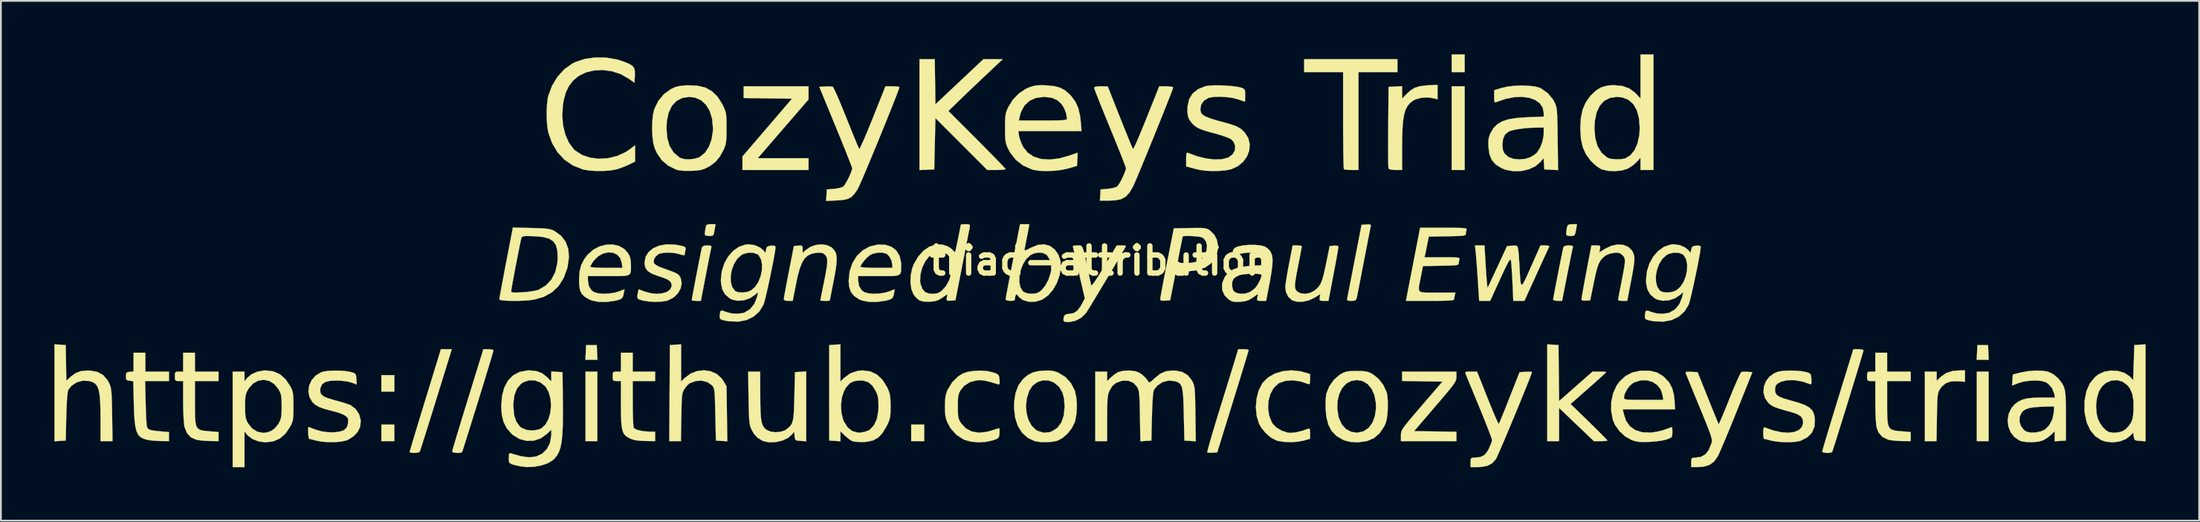
<source format=kicad_pcb>
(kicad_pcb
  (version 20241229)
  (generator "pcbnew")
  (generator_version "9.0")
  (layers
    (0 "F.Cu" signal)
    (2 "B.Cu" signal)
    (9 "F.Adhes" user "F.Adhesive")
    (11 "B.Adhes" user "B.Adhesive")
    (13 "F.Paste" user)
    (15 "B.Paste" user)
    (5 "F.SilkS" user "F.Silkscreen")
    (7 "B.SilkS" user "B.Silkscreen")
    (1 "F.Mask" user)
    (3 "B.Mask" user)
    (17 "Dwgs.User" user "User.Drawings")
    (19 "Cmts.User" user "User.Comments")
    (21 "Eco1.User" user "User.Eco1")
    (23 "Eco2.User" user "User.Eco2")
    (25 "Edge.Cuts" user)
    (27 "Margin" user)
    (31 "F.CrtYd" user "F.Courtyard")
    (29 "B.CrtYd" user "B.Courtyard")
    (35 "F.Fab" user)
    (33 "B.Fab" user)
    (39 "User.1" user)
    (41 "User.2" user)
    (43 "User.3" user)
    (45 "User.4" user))
  (footprint "triad-attribution"
    (layer "F.Cu")
    (at 58.61 11.581)
    (property "Reference" "triad-attribution" (at 0 0 0) (layer "F.SilkS") (effects (font (size 1.524 1.524) (thickness 0.3))))
    (attr through_hole)
    (fp_poly (pts (xy -39.555 7.342) (xy -40.283 7.342) (xy -40.283 6.416) (xy -39.555 6.416) (xy -39.555 7.342)) (stroke (width 0.01) (type solid)) (fill yes) (layer "F.SilkS"))
    (fp_poly (pts (xy -39.555 10.12) (xy -40.283 10.12) (xy -40.283 9.194) (xy -39.555 9.194) (xy -39.555 10.12)) (stroke (width 0.01) (type solid)) (fill yes) (layer "F.SilkS"))
    (fp_poly (pts (xy -28.178 10.12) (xy -28.84 10.12) (xy -28.84 6.218) (xy -28.178 6.218) (xy -28.178 10.12)) (stroke (width 0.01) (type solid)) (fill yes) (layer "F.SilkS"))
    (fp_poly (pts (xy -9.856 10.12) (xy -10.583 10.12) (xy -10.583 9.194) (xy -9.856 9.194) (xy -9.856 10.12)) (stroke (width 0.01) (type solid)) (fill yes) (layer "F.SilkS"))
    (fp_poly (pts (xy 20.439 -10.583) (xy 19.711 -10.583) (xy 19.711 -11.576) (xy 20.439 -11.576) (xy 20.439 -10.583)) (stroke (width 0.01) (type solid)) (fill yes) (layer "F.SilkS"))
    (fp_poly (pts (xy 20.439 -5.093) (xy 19.711 -5.093) (xy 19.711 -9.79) (xy 20.439 -9.79) (xy 20.439 -5.093)) (stroke (width 0.01) (type solid)) (fill yes) (layer "F.SilkS"))
    (fp_poly (pts (xy 49.808 10.12) (xy 49.146 10.12) (xy 49.146 6.218) (xy 49.808 6.218) (xy 49.808 10.12)) (stroke (width 0.01) (type solid)) (fill yes) (layer "F.SilkS"))
    (fp_poly (pts (xy -28.192 5.143) (xy -28.172 5.556) (xy -28.846 5.556) (xy -28.826 5.143) (xy -28.807 4.729) (xy -28.211 4.729) (xy -28.192 5.143)) (stroke (width 0.01) (type solid)) (fill yes) (layer "F.SilkS"))
    (fp_poly (pts (xy 49.794 5.143) (xy 49.814 5.556) (xy 49.14 5.556) (xy 49.16 5.143) (xy 49.179 4.729) (xy 49.775 4.729) (xy 49.794 5.143)) (stroke (width 0.01) (type solid)) (fill yes) (layer "F.SilkS"))
    (fp_poly (pts (xy -16.338 -9.054) (xy -17.762 -7.404) (xy -19.187 -5.755) (xy -16.338 -5.755) (xy -16.338 -5.093) (xy -20.042 -5.093) (xy -20.042 -5.474) (xy -20.042 -5.854) (xy -17.265 -9.095) (xy -18.621 -9.113) (xy -19.976 -9.131) (xy -19.976 -9.79) (xy -16.338 -9.79) (xy -16.338 -9.054)) (stroke (width 0.01) (type solid)) (fill yes) (layer "F.SilkS"))
    (fp_poly (pts (xy 26.688 -1.769) (xy 26.648 -1.556) (xy 26.6 -1.443) (xy 26.517 -1.397) (xy 26.371 -1.389) (xy 26.355 -1.389) (xy 26.196 -1.405) (xy 26.133 -1.467) (xy 26.128 -1.513) (xy 26.14 -1.667) (xy 26.169 -1.844) (xy 26.209 -1.978) (xy 26.285 -2.036) (xy 26.443 -2.05) (xy 26.472 -2.051) (xy 26.735 -2.051) (xy 26.688 -1.769)) (stroke (width 0.01) (type solid)) (fill yes) (layer "F.SilkS"))
    (fp_poly (pts (xy -21.598 -1.769) (xy -21.634 -1.585) (xy -21.666 -1.459) (xy -21.674 -1.439) (xy -21.757 -1.398) (xy -21.9 -1.388) (xy -22.048 -1.405) (xy -22.145 -1.446) (xy -22.158 -1.472) (xy -22.147 -1.588) (xy -22.122 -1.768) (xy -22.116 -1.802) (xy -22.081 -1.962) (xy -22.015 -2.033) (xy -21.875 -2.05) (xy -21.814 -2.051) (xy -21.552 -2.051) (xy -21.598 -1.769)) (stroke (width 0.01) (type solid)) (fill yes) (layer "F.SilkS"))
    (fp_poly (pts (xy 16.669 -10.583) (xy 14.486 -10.583) (xy 14.486 -5.093) (xy 14.1 -5.093) (xy 13.885 -5.1) (xy 13.726 -5.118) (xy 13.67 -5.137) (xy 13.661 -5.211) (xy 13.652 -5.403) (xy 13.644 -5.698) (xy 13.637 -6.084) (xy 13.632 -6.545) (xy 13.628 -7.068) (xy 13.626 -7.638) (xy 13.626 -7.882) (xy 13.626 -10.583) (xy 11.443 -10.583) (xy 11.443 -11.311) (xy 16.669 -11.311) (xy 16.669 -10.583)) (stroke (width 0.01) (type solid)) (fill yes) (layer "F.SilkS"))
    (fp_poly (pts (xy -37.215 7.808) (xy -37.398 8.397) (xy -37.569 8.948) (xy -37.726 9.447) (xy -37.863 9.882) (xy -37.976 10.239) (xy -38.062 10.507) (xy -38.117 10.671) (xy -38.135 10.718) (xy -38.214 10.756) (xy -38.362 10.777) (xy -38.526 10.78) (xy -38.655 10.763) (xy -38.698 10.732) (xy -38.68 10.661) (xy -38.627 10.475) (xy -38.542 10.19) (xy -38.43 9.816) (xy -38.295 9.368) (xy -38.14 8.857) (xy -37.969 8.297) (xy -37.823 7.822) (xy -36.946 4.961) (xy -36.335 4.961) (xy -37.215 7.808)) (stroke (width 0.01) (type solid)) (fill yes) (layer "F.SilkS"))
    (fp_poly (pts (xy 48.485 6.788) (xy 48.076 6.759) (xy 47.698 6.77) (xy 47.402 6.872) (xy 47.17 7.075) (xy 47.078 7.205) (xy 47.027 7.293) (xy 46.99 7.389) (xy 46.962 7.512) (xy 46.942 7.682) (xy 46.929 7.919) (xy 46.919 8.245) (xy 46.911 8.678) (xy 46.909 8.781) (xy 46.888 10.12) (xy 46.236 10.12) (xy 46.236 6.218) (xy 46.897 6.218) (xy 46.897 6.729) (xy 47.131 6.509) (xy 47.43 6.299) (xy 47.79 6.183) (xy 48.171 6.152) (xy 48.485 6.152) (xy 48.485 6.788)) (stroke (width 0.01) (type solid)) (fill yes) (layer "F.SilkS"))
    (fp_poly (pts (xy 26.451 -0.845) (xy 26.512 -0.798) (xy 26.509 -0.777) (xy 26.488 -0.691) (xy 26.446 -0.494) (xy 26.386 -0.207) (xy 26.314 0.151) (xy 26.232 0.561) (xy 26.189 0.777) (xy 25.9 2.249) (xy 25.65 2.249) (xy 25.49 2.232) (xy 25.404 2.191) (xy 25.4 2.178) (xy 25.412 2.094) (xy 25.446 1.903) (xy 25.497 1.629) (xy 25.56 1.296) (xy 25.632 0.927) (xy 25.706 0.544) (xy 25.78 0.172) (xy 25.848 -0.167) (xy 25.905 -0.448) (xy 25.948 -0.649) (xy 25.97 -0.744) (xy 26.036 -0.825) (xy 26.19 -0.858) (xy 26.271 -0.86) (xy 26.451 -0.845)) (stroke (width 0.01) (type solid)) (fill yes) (layer "F.SilkS"))
    (fp_poly (pts (xy -21.849 -0.851) (xy -21.783 -0.813) (xy -21.788 -0.744) (xy -21.81 -0.647) (xy -21.852 -0.441) (xy -21.912 -0.146) (xy -21.983 0.218) (xy -22.063 0.629) (xy -22.098 0.81) (xy -22.373 2.249) (xy -22.63 2.249) (xy -22.793 2.239) (xy -22.881 2.216) (xy -22.886 2.207) (xy -22.874 2.129) (xy -22.841 1.943) (xy -22.791 1.674) (xy -22.728 1.344) (xy -22.658 0.976) (xy -22.584 0.593) (xy -22.511 0.218) (xy -22.444 -0.125) (xy -22.386 -0.414) (xy -22.343 -0.626) (xy -22.318 -0.737) (xy -22.316 -0.744) (xy -22.25 -0.825) (xy -22.095 -0.858) (xy -22.018 -0.86) (xy -21.849 -0.851)) (stroke (width 0.01) (type solid)) (fill yes) (layer "F.SilkS"))
    (fp_poly (pts (xy 19.976 6.504) (xy 19.973 6.592) (xy 19.956 6.678) (xy 19.917 6.773) (xy 19.846 6.892) (xy 19.734 7.047) (xy 19.57 7.253) (xy 19.345 7.523) (xy 19.051 7.87) (xy 18.79 8.174) (xy 17.605 9.558) (xy 18.79 9.576) (xy 19.976 9.594) (xy 19.976 10.12) (xy 16.867 10.12) (xy 16.867 9.804) (xy 16.869 9.707) (xy 16.881 9.62) (xy 16.913 9.528) (xy 16.974 9.417) (xy 17.073 9.275) (xy 17.222 9.086) (xy 17.428 8.837) (xy 17.702 8.516) (xy 18.03 8.133) (xy 19.193 6.78) (xy 18.063 6.762) (xy 16.933 6.744) (xy 16.933 6.218) (xy 19.976 6.218) (xy 19.976 6.504)) (stroke (width 0.01) (type solid)) (fill yes) (layer "F.SilkS"))
    (fp_poly (pts (xy 25.383 4.709) (xy 25.698 4.729) (xy 25.715 6.3) (xy 25.733 7.87) (xy 27.608 6.218) (xy 27.992 6.218) (xy 28.198 6.222) (xy 28.337 6.233) (xy 28.377 6.246) (xy 28.329 6.296) (xy 28.197 6.42) (xy 27.995 6.604) (xy 27.739 6.834) (xy 27.442 7.097) (xy 27.377 7.155) (xy 26.377 8.036) (xy 27.41 9.043) (xy 27.712 9.339) (xy 27.979 9.604) (xy 28.197 9.824) (xy 28.354 9.985) (xy 28.435 10.073) (xy 28.443 10.085) (xy 28.383 10.104) (xy 28.227 10.117) (xy 28.062 10.12) (xy 27.682 10.12) (xy 26.706 9.188) (xy 25.731 8.257) (xy 25.731 10.12) (xy 25.069 10.12) (xy 25.069 4.689) (xy 25.383 4.709)) (stroke (width 0.01) (type solid)) (fill yes) (layer "F.SilkS"))
    (fp_poly (pts (xy -9.245 -10.044) (xy -9.227 -8.777) (xy -6.537 -11.311) (xy -5.997 -11.309) (xy -5.457 -11.307) (xy -6.383 -10.434) (xy -6.726 -10.11) (xy -7.086 -9.768) (xy -7.432 -9.438) (xy -7.733 -9.148) (xy -7.904 -8.983) (xy -8.5 -8.404) (xy -6.896 -6.798) (xy -6.518 -6.418) (xy -6.173 -6.068) (xy -5.869 -5.758) (xy -5.619 -5.5) (xy -5.432 -5.303) (xy -5.32 -5.18) (xy -5.292 -5.142) (xy -5.353 -5.119) (xy -5.514 -5.102) (xy -5.744 -5.094) (xy -5.805 -5.093) (xy -6.318 -5.093) (xy -7.773 -6.549) (xy -9.227 -8.005) (xy -9.26 -6.566) (xy -9.293 -5.126) (xy -9.707 -5.107) (xy -10.12 -5.087) (xy -10.12 -11.311) (xy -9.263 -11.311) (xy -9.245 -10.044)) (stroke (width 0.01) (type solid)) (fill yes) (layer "F.SilkS"))
    (fp_poly (pts (xy 8.216 4.971) (xy 8.32 4.996) (xy 8.333 5.011) (xy 8.313 5.082) (xy 8.259 5.267) (xy 8.173 5.553) (xy 8.059 5.926) (xy 7.922 6.374) (xy 7.765 6.883) (xy 7.593 7.442) (xy 7.45 7.904) (xy 6.57 10.749) (xy 6.309 10.768) (xy 6.134 10.772) (xy 6.022 10.757) (xy 6.01 10.75) (xy 6.02 10.681) (xy 6.067 10.499) (xy 6.144 10.219) (xy 6.25 9.854) (xy 6.379 9.419) (xy 6.527 8.927) (xy 6.691 8.392) (xy 6.725 8.283) (xy 6.899 7.721) (xy 7.066 7.18) (xy 7.221 6.679) (xy 7.358 6.235) (xy 7.472 5.864) (xy 7.557 5.585) (xy 7.609 5.414) (xy 7.611 5.407) (xy 7.745 4.961) (xy 8.04 4.961) (xy 8.216 4.971)) (stroke (width 0.01) (type solid)) (fill yes) (layer "F.SilkS"))
    (fp_poly (pts (xy 15.174 -2.014) (xy 15.175 -1.941) (xy 15.175 -1.938) (xy 15.155 -1.845) (xy 15.114 -1.639) (xy 15.055 -1.338) (xy 14.981 -0.959) (xy 14.896 -0.521) (xy 14.803 -0.041) (xy 14.783 0.066) (xy 14.688 0.555) (xy 14.601 1.007) (xy 14.523 1.404) (xy 14.46 1.729) (xy 14.413 1.963) (xy 14.388 2.089) (xy 14.385 2.1) (xy 14.339 2.199) (xy 14.235 2.242) (xy 14.089 2.249) (xy 13.923 2.243) (xy 13.856 2.206) (xy 13.857 2.104) (xy 13.871 2.034) (xy 13.894 1.915) (xy 13.939 1.685) (xy 14.002 1.362) (xy 14.08 0.965) (xy 14.168 0.511) (xy 14.264 0.02) (xy 14.287 -0.099) (xy 14.66 -2.017) (xy 14.931 -2.038) (xy 15.103 -2.042) (xy 15.174 -2.014)) (stroke (width 0.01) (type solid)) (fill yes) (layer "F.SilkS"))
    (fp_poly (pts (xy -34.11 4.975) (xy -34.009 5.011) (xy -33.999 5.03) (xy -34.018 5.105) (xy -34.072 5.291) (xy -34.155 5.572) (xy -34.264 5.932) (xy -34.393 6.356) (xy -34.537 6.827) (xy -34.692 7.331) (xy -34.852 7.851) (xy -35.013 8.372) (xy -35.171 8.878) (xy -35.319 9.354) (xy -35.454 9.783) (xy -35.57 10.151) (xy -35.663 10.441) (xy -35.727 10.638) (xy -35.759 10.726) (xy -35.76 10.729) (xy -35.843 10.769) (xy -35.992 10.783) (xy -36.154 10.772) (xy -36.278 10.741) (xy -36.314 10.702) (xy -36.295 10.624) (xy -36.241 10.433) (xy -36.155 10.142) (xy -36.042 9.764) (xy -35.905 9.312) (xy -35.749 8.799) (xy -35.578 8.238) (xy -35.44 7.792) (xy -34.566 4.961) (xy -34.283 4.961) (xy -34.11 4.975)) (stroke (width 0.01) (type solid)) (fill yes) (layer "F.SilkS"))
    (fp_poly (pts (xy 42.685 4.974) (xy 42.786 5.009) (xy 42.796 5.026) (xy 42.777 5.101) (xy 42.724 5.287) (xy 42.64 5.568) (xy 42.532 5.927) (xy 42.403 6.351) (xy 42.259 6.822) (xy 42.104 7.326) (xy 41.944 7.846) (xy 41.783 8.367) (xy 41.626 8.873) (xy 41.477 9.349) (xy 41.343 9.779) (xy 41.227 10.147) (xy 41.134 10.438) (xy 41.069 10.636) (xy 41.037 10.725) (xy 41.036 10.727) (xy 40.953 10.768) (xy 40.804 10.782) (xy 40.642 10.773) (xy 40.518 10.742) (xy 40.481 10.704) (xy 40.5 10.626) (xy 40.554 10.436) (xy 40.64 10.145) (xy 40.753 9.766) (xy 40.889 9.314) (xy 41.045 8.802) (xy 41.216 8.241) (xy 41.354 7.793) (xy 42.227 4.961) (xy 42.511 4.961) (xy 42.685 4.974)) (stroke (width 0.01) (type solid)) (fill yes) (layer "F.SilkS"))
    (fp_poly (pts (xy 18.918 -9.059) (xy 18.736 -9.11) (xy 18.385 -9.164) (xy 18.021 -9.145) (xy 17.695 -9.059) (xy 17.545 -8.981) (xy 17.37 -8.844) (xy 17.231 -8.676) (xy 17.123 -8.464) (xy 17.043 -8.191) (xy 16.988 -7.843) (xy 16.954 -7.406) (xy 16.937 -6.862) (xy 16.933 -6.374) (xy 16.933 -5.093) (xy 16.567 -5.093) (xy 16.325 -5.108) (xy 16.19 -5.152) (xy 16.17 -5.176) (xy 16.163 -5.26) (xy 16.157 -5.46) (xy 16.153 -5.761) (xy 16.151 -6.146) (xy 16.151 -6.599) (xy 16.153 -7.105) (xy 16.155 -7.508) (xy 16.173 -9.757) (xy 16.553 -9.776) (xy 16.933 -9.796) (xy 16.933 -9.099) (xy 17.177 -9.349) (xy 17.414 -9.566) (xy 17.647 -9.708) (xy 17.918 -9.792) (xy 18.269 -9.836) (xy 18.372 -9.843) (xy 18.918 -9.872) (xy 18.918 -9.059)) (stroke (width 0.01) (type solid)) (fill yes) (layer "F.SilkS"))
    (fp_poly (pts (xy -53.512 6.218) (xy -52.189 6.218) (xy -52.189 6.747) (xy -53.526 6.747) (xy -53.497 7.987) (xy -53.485 8.385) (xy -53.47 8.742) (xy -53.453 9.035) (xy -53.435 9.242) (xy -53.419 9.338) (xy -53.365 9.421) (xy -53.272 9.479) (xy -53.115 9.52) (xy -52.867 9.552) (xy -52.675 9.569) (xy -52.189 9.611) (xy -52.189 10.12) (xy -52.669 10.114) (xy -52.952 10.101) (xy -53.223 10.076) (xy -53.409 10.046) (xy -53.62 9.983) (xy -53.785 9.893) (xy -53.912 9.761) (xy -54.005 9.572) (xy -54.071 9.309) (xy -54.115 8.959) (xy -54.144 8.505) (xy -54.159 8.024) (xy -54.19 6.754) (xy -54.397 6.734) (xy -54.536 6.706) (xy -54.593 6.632) (xy -54.603 6.482) (xy -54.591 6.325) (xy -54.529 6.256) (xy -54.388 6.23) (xy -54.173 6.209) (xy -54.173 5.159) (xy -53.512 5.159) (xy -53.512 6.218)) (stroke (width 0.01) (type solid)) (fill yes) (layer "F.SilkS"))
    (fp_poly (pts (xy -50.734 6.218) (xy -49.411 6.218) (xy -49.411 6.747) (xy -50.734 6.747) (xy -50.734 7.863) (xy -50.733 8.369) (xy -50.726 8.759) (xy -50.704 9.048) (xy -50.661 9.254) (xy -50.588 9.39) (xy -50.477 9.475) (xy -50.321 9.523) (xy -50.113 9.551) (xy -49.91 9.568) (xy -49.411 9.611) (xy -49.411 10.12) (xy -49.89 10.113) (xy -50.176 10.101) (xy -50.451 10.075) (xy -50.641 10.045) (xy -50.948 9.915) (xy -51.171 9.684) (xy -51.309 9.351) (xy -51.328 9.265) (xy -51.351 9.076) (xy -51.371 8.786) (xy -51.386 8.43) (xy -51.394 8.038) (xy -51.395 7.829) (xy -51.395 6.747) (xy -51.627 6.747) (xy -51.775 6.739) (xy -51.841 6.689) (xy -51.858 6.56) (xy -51.858 6.482) (xy -51.851 6.313) (xy -51.808 6.238) (xy -51.695 6.218) (xy -51.627 6.218) (xy -51.395 6.218) (xy -51.395 5.159) (xy -50.734 5.159) (xy -50.734 6.218)) (stroke (width 0.01) (type solid)) (fill yes) (layer "F.SilkS"))
    (fp_poly (pts (xy 44.119 6.218) (xy 45.442 6.218) (xy 45.442 6.747) (xy 44.119 6.747) (xy 44.119 7.863) (xy 44.12 8.369) (xy 44.127 8.759) (xy 44.149 9.048) (xy 44.192 9.254) (xy 44.265 9.39) (xy 44.376 9.475) (xy 44.532 9.523) (xy 44.74 9.551) (xy 44.943 9.568) (xy 45.442 9.611) (xy 45.442 10.12) (xy 44.93 10.115) (xy 44.642 10.102) (xy 44.371 10.074) (xy 44.172 10.035) (xy 44.165 10.033) (xy 43.854 9.88) (xy 43.641 9.641) (xy 43.532 9.364) (xy 43.507 9.2) (xy 43.486 8.932) (xy 43.47 8.59) (xy 43.46 8.202) (xy 43.458 7.908) (xy 43.458 6.747) (xy 43.226 6.747) (xy 43.078 6.739) (xy 43.012 6.689) (xy 42.995 6.56) (xy 42.995 6.482) (xy 43.002 6.313) (xy 43.045 6.238) (xy 43.158 6.218) (xy 43.226 6.218) (xy 43.458 6.218) (xy 43.458 5.159) (xy 44.119 5.159) (xy 44.119 6.218)) (stroke (width 0.01) (type solid)) (fill yes) (layer "F.SilkS"))
    (fp_poly (pts (xy -58.291 4.709) (xy -57.977 4.729) (xy -57.94 6.729) (xy -57.699 6.508) (xy -57.423 6.303) (xy -57.122 6.19) (xy -56.76 6.157) (xy -56.589 6.163) (xy -56.189 6.241) (xy -55.871 6.419) (xy -55.627 6.706) (xy -55.538 6.872) (xy -55.492 6.983) (xy -55.456 7.102) (xy -55.43 7.248) (xy -55.41 7.441) (xy -55.397 7.701) (xy -55.386 8.049) (xy -55.378 8.503) (xy -55.375 8.649) (xy -55.353 10.12) (xy -56.026 10.12) (xy -56.026 8.847) (xy -56.031 8.275) (xy -56.049 7.82) (xy -56.084 7.469) (xy -56.14 7.205) (xy -56.222 7.016) (xy -56.334 6.885) (xy -56.48 6.799) (xy -56.654 6.746) (xy -57.016 6.726) (xy -57.359 6.819) (xy -57.652 7.015) (xy -57.834 7.243) (xy -57.864 7.361) (xy -57.891 7.6) (xy -57.915 7.949) (xy -57.934 8.396) (xy -57.944 8.731) (xy -57.977 10.087) (xy -58.291 10.107) (xy -58.605 10.128) (xy -58.605 4.689) (xy -58.291 4.709)) (stroke (width 0.01) (type solid)) (fill yes) (layer "F.SilkS"))
    (fp_poly (pts (xy -26.194 6.218) (xy -24.937 6.218) (xy -24.937 6.747) (xy -26.194 6.747) (xy -26.193 8.02) (xy -26.19 8.422) (xy -26.181 8.781) (xy -26.169 9.075) (xy -26.153 9.283) (xy -26.136 9.382) (xy -26.135 9.384) (xy -26.027 9.456) (xy -25.821 9.52) (xy -25.551 9.566) (xy -25.251 9.588) (xy -25.218 9.588) (xy -24.937 9.591) (xy -24.937 10.12) (xy -25.417 10.114) (xy -25.69 10.103) (xy -25.941 10.082) (xy -26.109 10.056) (xy -26.322 9.982) (xy -26.495 9.892) (xy -26.61 9.803) (xy -26.698 9.692) (xy -26.762 9.543) (xy -26.807 9.337) (xy -26.835 9.057) (xy -26.85 8.685) (xy -26.855 8.204) (xy -26.855 8.039) (xy -26.855 6.747) (xy -27.087 6.747) (xy -27.235 6.739) (xy -27.301 6.689) (xy -27.318 6.56) (xy -27.318 6.482) (xy -27.311 6.313) (xy -27.268 6.238) (xy -27.155 6.218) (xy -27.087 6.218) (xy -26.855 6.218) (xy -26.855 5.159) (xy -26.194 5.159) (xy -26.194 6.218)) (stroke (width 0.01) (type solid)) (fill yes) (layer "F.SilkS"))
    (fp_poly (pts (xy -23.482 6.773) (xy -23.267 6.565) (xy -22.938 6.324) (xy -22.57 6.185) (xy -22.189 6.145) (xy -21.818 6.202) (xy -21.484 6.354) (xy -21.21 6.6) (xy -21.116 6.737) (xy -20.935 7.045) (xy -20.914 8.586) (xy -20.893 10.128) (xy -21.212 10.108) (xy -21.53 10.087) (xy -21.564 8.621) (xy -21.575 8.144) (xy -21.585 7.781) (xy -21.597 7.514) (xy -21.613 7.325) (xy -21.635 7.195) (xy -21.665 7.107) (xy -21.705 7.043) (xy -21.757 6.983) (xy -21.758 6.983) (xy -22.01 6.805) (xy -22.323 6.726) (xy -22.665 6.747) (xy -22.998 6.868) (xy -23.121 6.971) (xy -23.257 7.136) (xy -23.294 7.193) (xy -23.347 7.284) (xy -23.386 7.378) (xy -23.415 7.497) (xy -23.435 7.659) (xy -23.449 7.885) (xy -23.459 8.196) (xy -23.467 8.613) (xy -23.47 8.781) (xy -23.492 10.12) (xy -24.145 10.12) (xy -24.127 7.425) (xy -24.11 4.729) (xy -23.796 4.709) (xy -23.482 4.689) (xy -23.482 6.773)) (stroke (width 0.01) (type solid)) (fill yes) (layer "F.SilkS"))
    (fp_poly (pts (xy 11.216 6.199) (xy 11.399 6.245) (xy 11.774 6.354) (xy 11.774 6.657) (xy 11.768 6.839) (xy 11.74 6.917) (xy 11.679 6.918) (xy 11.658 6.909) (xy 11.216 6.764) (xy 10.781 6.707) (xy 10.381 6.739) (xy 10.044 6.86) (xy 9.98 6.899) (xy 9.73 7.143) (xy 9.55 7.471) (xy 9.445 7.854) (xy 9.419 8.263) (xy 9.475 8.668) (xy 9.617 9.039) (xy 9.678 9.141) (xy 9.888 9.358) (xy 10.179 9.532) (xy 10.499 9.638) (xy 10.686 9.657) (xy 10.986 9.625) (xy 11.34 9.539) (xy 11.658 9.427) (xy 11.729 9.414) (xy 11.764 9.473) (xy 11.774 9.63) (xy 11.774 9.681) (xy 11.774 9.983) (xy 11.431 10.085) (xy 11.091 10.152) (xy 10.698 10.177) (xy 10.305 10.162) (xy 9.967 10.105) (xy 9.876 10.078) (xy 9.577 9.917) (xy 9.285 9.667) (xy 9.038 9.364) (xy 8.912 9.138) (xy 8.78 8.704) (xy 8.735 8.224) (xy 8.774 7.735) (xy 8.894 7.276) (xy 9.092 6.885) (xy 9.122 6.842) (xy 9.417 6.548) (xy 9.8 6.329) (xy 10.244 6.194) (xy 10.725 6.149) (xy 11.216 6.199)) (stroke (width 0.01) (type solid)) (fill yes) (layer "F.SilkS"))
    (fp_poly (pts (xy -16.47 10.128) (xy -16.785 10.107) (xy -16.974 10.09) (xy -17.069 10.051) (xy -17.107 9.958) (xy -17.119 9.836) (xy -17.14 9.584) (xy -17.269 9.747) (xy -17.498 9.945) (xy -17.812 10.09) (xy -18.169 10.174) (xy -18.529 10.188) (xy -18.852 10.125) (xy -18.951 10.082) (xy -19.212 9.916) (xy -19.398 9.713) (xy -19.539 9.459) (xy -19.585 9.35) (xy -19.62 9.232) (xy -19.646 9.086) (xy -19.665 8.891) (xy -19.679 8.628) (xy -19.69 8.278) (xy -19.698 7.819) (xy -19.7 7.689) (xy -19.722 6.218) (xy -19.05 6.218) (xy -19.045 7.557) (xy -19.04 8.084) (xy -19.028 8.496) (xy -19.005 8.811) (xy -18.968 9.046) (xy -18.915 9.219) (xy -18.841 9.347) (xy -18.744 9.448) (xy -18.696 9.486) (xy -18.476 9.583) (xy -18.193 9.62) (xy -17.903 9.596) (xy -17.659 9.512) (xy -17.61 9.48) (xy -17.469 9.371) (xy -17.361 9.266) (xy -17.282 9.148) (xy -17.225 8.996) (xy -17.187 8.791) (xy -17.163 8.514) (xy -17.146 8.146) (xy -17.133 7.666) (xy -17.132 7.619) (xy -17.099 6.251) (xy -16.785 6.231) (xy -16.47 6.21) (xy -16.47 10.128)) (stroke (width 0.01) (type solid)) (fill yes) (layer "F.SilkS"))
    (fp_poly (pts (xy 11.217 -0.849) (xy 11.305 -0.82) (xy 11.311 -0.81) (xy 11.298 -0.731) (xy 11.264 -0.546) (xy 11.214 -0.279) (xy 11.15 0.047) (xy 11.114 0.232) (xy 11.027 0.678) (xy 10.967 1.015) (xy 10.934 1.262) (xy 10.927 1.436) (xy 10.944 1.558) (xy 10.985 1.647) (xy 11.046 1.72) (xy 11.237 1.825) (xy 11.489 1.854) (xy 11.759 1.807) (xy 11.973 1.703) (xy 12.137 1.579) (xy 12.266 1.444) (xy 12.37 1.276) (xy 12.459 1.051) (xy 12.544 0.748) (xy 12.634 0.345) (xy 12.668 0.181) (xy 12.873 -0.827) (xy 13.117 -0.847) (xy 13.297 -0.843) (xy 13.363 -0.788) (xy 13.363 -0.781) (xy 13.352 -0.694) (xy 13.319 -0.496) (xy 13.268 -0.207) (xy 13.202 0.152) (xy 13.126 0.562) (xy 13.085 0.777) (xy 12.805 2.249) (xy 12.546 2.249) (xy 12.381 2.242) (xy 12.313 2.202) (xy 12.31 2.102) (xy 12.316 2.061) (xy 12.343 1.874) (xy 12.021 2.074) (xy 11.707 2.219) (xy 11.368 2.296) (xy 11.044 2.298) (xy 10.779 2.222) (xy 10.766 2.215) (xy 10.557 2.027) (xy 10.424 1.757) (xy 10.385 1.492) (xy 10.397 1.347) (xy 10.432 1.102) (xy 10.484 0.783) (xy 10.549 0.419) (xy 10.591 0.199) (xy 10.798 -0.86) (xy 11.054 -0.86) (xy 11.217 -0.849)) (stroke (width 0.01) (type solid)) (fill yes) (layer "F.SilkS"))
    (fp_poly (pts (xy 5.656 -1.842) (xy 5.835 -1.83) (xy 5.963 -1.804) (xy 6.063 -1.761) (xy 6.156 -1.704) (xy 6.404 -1.464) (xy 6.557 -1.16) (xy 6.612 -0.816) (xy 6.569 -0.461) (xy 6.428 -0.121) (xy 6.225 0.14) (xy 5.905 0.372) (xy 5.488 0.522) (xy 4.971 0.59) (xy 4.759 0.595) (xy 4.251 0.595) (xy 4.091 1.406) (xy 3.932 2.216) (xy 3.653 2.236) (xy 3.475 2.24) (xy 3.394 2.209) (xy 3.377 2.137) (xy 3.39 2.044) (xy 3.426 1.838) (xy 3.482 1.537) (xy 3.553 1.158) (xy 3.638 0.719) (xy 3.731 0.237) (xy 3.758 0.099) (xy 3.77 0.04) (xy 4.366 0.04) (xy 4.425 0.095) (xy 4.581 0.126) (xy 4.799 0.134) (xy 5.046 0.12) (xy 5.288 0.083) (xy 5.49 0.025) (xy 5.491 0.025) (xy 5.713 -0.119) (xy 5.875 -0.331) (xy 5.97 -0.581) (xy 5.996 -0.837) (xy 5.945 -1.071) (xy 5.814 -1.252) (xy 5.717 -1.313) (xy 5.598 -1.343) (xy 5.407 -1.367) (xy 5.179 -1.384) (xy 4.952 -1.392) (xy 4.763 -1.39) (xy 4.648 -1.376) (xy 4.63 -1.363) (xy 4.618 -1.292) (xy 4.584 -1.12) (xy 4.535 -0.876) (xy 4.498 -0.695) (xy 4.441 -0.411) (xy 4.397 -0.171) (xy 4.37 -0.007) (xy 4.366 0.04) (xy 3.77 0.04) (xy 4.136 -1.819) (xy 5.032 -1.837) (xy 5.397 -1.843) (xy 5.656 -1.842)) (stroke (width 0.01) (type solid)) (fill yes) (layer "F.SilkS"))
    (fp_poly (pts (xy 29.338 -0.891) (xy 29.612 -0.778) (xy 29.815 -0.578) (xy 29.86 -0.498) (xy 29.911 -0.377) (xy 29.943 -0.254) (xy 29.954 -0.109) (xy 29.944 0.079) (xy 29.91 0.332) (xy 29.853 0.671) (xy 29.77 1.115) (xy 29.758 1.174) (xy 29.553 2.249) (xy 29.295 2.249) (xy 29.132 2.238) (xy 29.044 2.21) (xy 29.038 2.199) (xy 29.051 2.12) (xy 29.085 1.935) (xy 29.135 1.668) (xy 29.199 1.342) (xy 29.235 1.158) (xy 29.321 0.717) (xy 29.381 0.386) (xy 29.414 0.145) (xy 29.421 -0.025) (xy 29.402 -0.145) (xy 29.359 -0.233) (xy 29.292 -0.31) (xy 29.272 -0.328) (xy 29.144 -0.424) (xy 29.001 -0.457) (xy 28.802 -0.446) (xy 28.573 -0.397) (xy 28.373 -0.315) (xy 28.323 -0.284) (xy 28.174 -0.159) (xy 28.055 -0.019) (xy 27.958 0.158) (xy 27.872 0.395) (xy 27.788 0.714) (xy 27.695 1.139) (xy 27.681 1.208) (xy 27.476 2.216) (xy 27.232 2.236) (xy 27.052 2.232) (xy 26.986 2.177) (xy 26.986 2.17) (xy 26.997 2.083) (xy 27.03 1.885) (xy 27.081 1.596) (xy 27.146 1.237) (xy 27.222 0.827) (xy 27.263 0.612) (xy 27.543 -0.86) (xy 27.802 -0.86) (xy 27.968 -0.854) (xy 28.035 -0.816) (xy 28.033 -0.718) (xy 28.024 -0.666) (xy 27.985 -0.472) (xy 28.313 -0.675) (xy 28.665 -0.842) (xy 29.014 -0.913) (xy 29.338 -0.891)) (stroke (width 0.01) (type solid)) (fill yes) (layer "F.SilkS"))
    (fp_poly (pts (xy -27.684 -11.398) (xy -27.078 -11.295) (xy -26.712 -11.179) (xy -26.415 -11.057) (xy -26.224 -10.945) (xy -26.118 -10.816) (xy -26.075 -10.646) (xy -26.074 -10.407) (xy -26.074 -10.398) (xy -26.095 -9.987) (xy -26.424 -10.222) (xy -26.871 -10.474) (xy -27.358 -10.633) (xy -27.861 -10.702) (xy -28.357 -10.679) (xy -28.822 -10.567) (xy -29.232 -10.366) (xy -29.541 -10.104) (xy -29.777 -9.791) (xy -29.946 -9.437) (xy -30.062 -9.007) (xy -30.108 -8.736) (xy -30.145 -8.158) (xy -30.099 -7.601) (xy -29.974 -7.086) (xy -29.778 -6.638) (xy -29.515 -6.279) (xy -29.411 -6.18) (xy -29.028 -5.934) (xy -28.576 -5.782) (xy -28.082 -5.723) (xy -27.57 -5.756) (xy -27.067 -5.88) (xy -26.597 -6.095) (xy -26.357 -6.256) (xy -26.061 -6.481) (xy -26.061 -5.566) (xy -26.417 -5.392) (xy -26.691 -5.273) (xy -26.989 -5.165) (xy -27.128 -5.123) (xy -27.432 -5.07) (xy -27.814 -5.042) (xy -28.223 -5.039) (xy -28.61 -5.062) (xy -28.927 -5.11) (xy -28.979 -5.123) (xy -29.534 -5.341) (xy -30.012 -5.664) (xy -30.407 -6.087) (xy -30.715 -6.603) (xy -30.924 -7.19) (xy -30.98 -7.509) (xy -31.011 -7.909) (xy -31.018 -8.342) (xy -30.999 -8.76) (xy -30.956 -9.118) (xy -30.926 -9.252) (xy -30.716 -9.82) (xy -30.411 -10.324) (xy -30.026 -10.746) (xy -29.574 -11.068) (xy -29.416 -11.147) (xy -28.887 -11.324) (xy -28.298 -11.408) (xy -27.684 -11.398)) (stroke (width 0.01) (type solid)) (fill yes) (layer "F.SilkS"))
    (fp_poly (pts (xy -6.298 6.194) (xy -5.986 6.266) (xy -5.793 6.34) (xy -5.693 6.411) (xy -5.65 6.519) (xy -5.635 6.673) (xy -5.627 6.851) (xy -5.648 6.926) (xy -5.715 6.93) (xy -5.767 6.915) (xy -6.129 6.806) (xy -6.4 6.737) (xy -6.611 6.704) (xy -6.793 6.699) (xy -6.9 6.707) (xy -7.294 6.809) (xy -7.616 7.018) (xy -7.818 7.263) (xy -7.89 7.395) (xy -7.935 7.534) (xy -7.96 7.715) (xy -7.969 7.974) (xy -7.971 8.174) (xy -7.968 8.485) (xy -7.955 8.7) (xy -7.925 8.854) (xy -7.871 8.981) (xy -7.789 9.115) (xy -7.527 9.399) (xy -7.194 9.577) (xy -6.801 9.646) (xy -6.36 9.603) (xy -6.104 9.532) (xy -5.888 9.461) (xy -5.725 9.411) (xy -5.654 9.393) (xy -5.634 9.451) (xy -5.631 9.599) (xy -5.635 9.674) (xy -5.654 9.84) (xy -5.703 9.938) (xy -5.816 10.006) (xy -5.986 10.068) (xy -6.387 10.16) (xy -6.822 10.186) (xy -7.244 10.147) (xy -7.603 10.045) (xy -7.64 10.029) (xy -8.05 9.765) (xy -8.372 9.404) (xy -8.544 9.095) (xy -8.624 8.889) (xy -8.67 8.673) (xy -8.691 8.403) (xy -8.694 8.169) (xy -8.686 7.836) (xy -8.658 7.589) (xy -8.601 7.382) (xy -8.544 7.243) (xy -8.287 6.821) (xy -7.946 6.485) (xy -7.706 6.332) (xy -7.427 6.235) (xy -7.069 6.179) (xy -6.677 6.164) (xy -6.298 6.194)) (stroke (width 0.01) (type solid)) (fill yes) (layer "F.SilkS"))
    (fp_poly (pts (xy -2.654 6.178) (xy -2.448 6.236) (xy -2.326 6.286) (xy -1.946 6.519) (xy -1.64 6.851) (xy -1.424 7.262) (xy -1.411 7.302) (xy -1.327 7.675) (xy -1.296 8.114) (xy -1.317 8.563) (xy -1.389 8.965) (xy -1.418 9.058) (xy -1.579 9.386) (xy -1.816 9.691) (xy -2.097 9.939) (xy -2.389 10.095) (xy -2.422 10.106) (xy -2.69 10.156) (xy -3.018 10.178) (xy -3.346 10.17) (xy -3.616 10.131) (xy -3.654 10.121) (xy -4.049 9.936) (xy -4.368 9.65) (xy -4.605 9.271) (xy -4.757 8.807) (xy -4.818 8.269) (xy -4.816 8.142) (xy -4.15 8.142) (xy -4.117 8.558) (xy -4.009 8.938) (xy -3.832 9.257) (xy -3.592 9.49) (xy -3.504 9.541) (xy -3.18 9.646) (xy -2.855 9.623) (xy -2.69 9.567) (xy -2.389 9.372) (xy -2.169 9.076) (xy -2.034 8.683) (xy -1.985 8.198) (xy -1.985 8.169) (xy -2.015 7.731) (xy -2.109 7.384) (xy -2.278 7.1) (xy -2.322 7.047) (xy -2.595 6.824) (xy -2.905 6.713) (xy -3.224 6.711) (xy -3.527 6.814) (xy -3.787 7.016) (xy -3.973 7.303) (xy -4.104 7.715) (xy -4.15 8.142) (xy -4.816 8.142) (xy -4.811 7.929) (xy -4.734 7.416) (xy -4.576 6.997) (xy -4.332 6.658) (xy -4.303 6.628) (xy -4.048 6.411) (xy -3.782 6.272) (xy -3.46 6.194) (xy -3.172 6.166) (xy -2.876 6.157) (xy -2.654 6.178)) (stroke (width 0.01) (type solid)) (fill yes) (layer "F.SilkS"))
    (fp_poly (pts (xy -1.09 -0.852) (xy -1.032 -0.817) (xy -0.982 -0.741) (xy -0.933 -0.605) (xy -0.879 -0.395) (xy -0.813 -0.093) (xy -0.726 0.317) (xy -0.696 0.463) (xy -0.627 0.784) (xy -0.566 1.064) (xy -0.518 1.272) (xy -0.49 1.383) (xy -0.489 1.387) (xy -0.447 1.364) (xy -0.347 1.239) (xy -0.199 1.022) (xy -0.01 0.725) (xy 0.211 0.362) (xy 0.241 0.312) (xy 0.937 -0.86) (xy 1.196 -0.86) (xy 1.36 -0.853) (xy 1.449 -0.837) (xy 1.455 -0.831) (xy 1.423 -0.766) (xy 1.331 -0.604) (xy 1.191 -0.362) (xy 1.012 -0.056) (xy 0.803 0.298) (xy 0.574 0.684) (xy 0.335 1.085) (xy 0.096 1.484) (xy -0.134 1.866) (xy -0.344 2.215) (xy -0.525 2.513) (xy -0.668 2.745) (xy -0.762 2.893) (xy -0.785 2.927) (xy -1.042 3.186) (xy -1.373 3.364) (xy -1.734 3.439) (xy -1.774 3.44) (xy -1.952 3.429) (xy -2.033 3.387) (xy -2.051 3.313) (xy -2.023 3.112) (xy -1.923 3.008) (xy -1.726 2.977) (xy -1.71 2.977) (xy -1.476 2.936) (xy -1.276 2.802) (xy -1.092 2.561) (xy -0.994 2.386) (xy -0.853 2.108) (xy -1.187 0.664) (xy -1.284 0.245) (xy -1.369 -0.129) (xy -1.44 -0.441) (xy -1.491 -0.67) (xy -1.518 -0.799) (xy -1.521 -0.82) (xy -1.463 -0.845) (xy -1.316 -0.859) (xy -1.259 -0.86) (xy -1.163 -0.861) (xy -1.09 -0.852)) (stroke (width 0.01) (type solid)) (fill yes) (layer "F.SilkS"))
    (fp_poly (pts (xy 31.022 -5.093) (xy 30.295 -5.093) (xy 30.295 -5.781) (xy 30.071 -5.536) (xy 29.868 -5.355) (xy 29.631 -5.198) (xy 29.559 -5.161) (xy 29.239 -5.066) (xy 28.86 -5.028) (xy 28.477 -5.047) (xy 28.144 -5.124) (xy 28.077 -5.151) (xy 27.893 -5.265) (xy 27.677 -5.442) (xy 27.499 -5.619) (xy 27.238 -5.973) (xy 27.06 -6.372) (xy 26.957 -6.839) (xy 26.921 -7.4) (xy 26.921 -7.441) (xy 27.715 -7.441) (xy 27.758 -6.885) (xy 27.889 -6.428) (xy 28.107 -6.068) (xy 28.414 -5.802) (xy 28.476 -5.766) (xy 28.639 -5.718) (xy 28.878 -5.695) (xy 29.138 -5.696) (xy 29.365 -5.724) (xy 29.449 -5.747) (xy 29.732 -5.924) (xy 29.961 -6.208) (xy 30.129 -6.586) (xy 30.228 -7.041) (xy 30.253 -7.441) (xy 30.212 -7.991) (xy 30.092 -8.44) (xy 29.894 -8.787) (xy 29.62 -9.03) (xy 29.273 -9.165) (xy 28.974 -9.194) (xy 28.583 -9.138) (xy 28.26 -8.971) (xy 28.01 -8.697) (xy 27.834 -8.32) (xy 27.736 -7.844) (xy 27.715 -7.441) (xy 26.921 -7.441) (xy 26.952 -8.009) (xy 27.051 -8.482) (xy 27.224 -8.885) (xy 27.479 -9.241) (xy 27.499 -9.264) (xy 27.803 -9.555) (xy 28.107 -9.738) (xy 28.454 -9.831) (xy 28.807 -9.853) (xy 29.275 -9.808) (xy 29.665 -9.668) (xy 29.995 -9.425) (xy 30.071 -9.346) (xy 30.295 -9.102) (xy 30.295 -11.576) (xy 31.022 -11.576) (xy 31.022 -5.093)) (stroke (width 0.01) (type solid)) (fill yes) (layer "F.SilkS"))
    (fp_poly (pts (xy 58.605 10.128) (xy 58.291 10.107) (xy 58.1 10.089) (xy 58.003 10.047) (xy 57.96 9.956) (xy 57.944 9.865) (xy 57.911 9.642) (xy 57.778 9.789) (xy 57.503 10.003) (xy 57.153 10.138) (xy 56.766 10.188) (xy 56.376 10.148) (xy 56.122 10.062) (xy 55.78 9.836) (xy 55.508 9.506) (xy 55.313 9.084) (xy 55.201 8.584) (xy 55.184 8.409) (xy 55.187 8.136) (xy 55.832 8.136) (xy 55.864 8.573) (xy 55.924 8.837) (xy 56.041 9.097) (xy 56.216 9.343) (xy 56.416 9.533) (xy 56.555 9.611) (xy 56.796 9.65) (xy 57.082 9.628) (xy 57.313 9.563) (xy 57.498 9.442) (xy 57.677 9.254) (xy 57.72 9.194) (xy 57.816 9.029) (xy 57.876 8.859) (xy 57.911 8.639) (xy 57.931 8.362) (xy 57.93 7.872) (xy 57.865 7.481) (xy 57.731 7.17) (xy 57.584 6.978) (xy 57.316 6.782) (xy 57.007 6.697) (xy 56.687 6.722) (xy 56.383 6.855) (xy 56.171 7.04) (xy 55.99 7.334) (xy 55.876 7.711) (xy 55.832 8.136) (xy 55.187 8.136) (xy 55.191 7.824) (xy 55.293 7.308) (xy 55.488 6.871) (xy 55.772 6.523) (xy 55.962 6.374) (xy 56.296 6.221) (xy 56.673 6.158) (xy 57.058 6.182) (xy 57.414 6.289) (xy 57.706 6.477) (xy 57.752 6.523) (xy 57.911 6.692) (xy 57.944 5.711) (xy 57.977 4.729) (xy 58.291 4.709) (xy 58.605 4.689) (xy 58.605 10.128)) (stroke (width 0.01) (type solid)) (fill yes) (layer "F.SilkS"))
    (fp_poly (pts (xy -15.29 -0.873) (xy -15.033 -0.744) (xy -14.854 -0.537) (xy -14.851 -0.531) (xy -14.793 -0.383) (xy -14.763 -0.203) (xy -14.763 0.028) (xy -14.793 0.329) (xy -14.855 0.719) (xy -14.949 1.218) (xy -14.95 1.224) (xy -15.018 1.567) (xy -15.076 1.862) (xy -15.119 2.084) (xy -15.144 2.211) (xy -15.147 2.232) (xy -15.206 2.243) (xy -15.353 2.249) (xy -15.412 2.249) (xy -15.578 2.244) (xy -15.67 2.231) (xy -15.677 2.226) (xy -15.664 2.157) (xy -15.63 1.981) (xy -15.578 1.721) (xy -15.514 1.401) (xy -15.478 1.224) (xy -15.387 0.762) (xy -15.326 0.41) (xy -15.294 0.149) (xy -15.291 -0.04) (xy -15.315 -0.175) (xy -15.366 -0.276) (xy -15.42 -0.338) (xy -15.533 -0.424) (xy -15.673 -0.456) (xy -15.888 -0.447) (xy -16.157 -0.397) (xy -16.378 -0.296) (xy -16.559 -0.128) (xy -16.71 0.119) (xy -16.84 0.461) (xy -16.959 0.911) (xy -17.04 1.3) (xy -17.225 2.249) (xy -17.476 2.249) (xy -17.646 2.235) (xy -17.716 2.184) (xy -17.723 2.133) (xy -17.709 2.036) (xy -17.673 1.83) (xy -17.619 1.536) (xy -17.551 1.174) (xy -17.472 0.764) (xy -17.439 0.595) (xy -17.159 -0.827) (xy -16.914 -0.847) (xy -16.753 -0.853) (xy -16.685 -0.812) (xy -16.669 -0.694) (xy -16.669 -0.654) (xy -16.669 -0.44) (xy -16.519 -0.581) (xy -16.238 -0.776) (xy -15.921 -0.89) (xy -15.595 -0.922) (xy -15.29 -0.873)) (stroke (width 0.01) (type solid)) (fill yes) (layer "F.SilkS"))
    (fp_poly (pts (xy 36.251 6.227) (xy 36.3 6.23) (xy 36.566 6.251) (xy 35.692 8.436) (xy 35.481 8.959) (xy 35.277 9.458) (xy 35.087 9.916) (xy 34.919 10.315) (xy 34.779 10.639) (xy 34.676 10.87) (xy 34.623 10.976) (xy 34.417 11.266) (xy 34.161 11.454) (xy 33.832 11.552) (xy 33.519 11.574) (xy 33.139 11.576) (xy 33.139 11.311) (xy 33.146 11.142) (xy 33.189 11.066) (xy 33.301 11.047) (xy 33.366 11.046) (xy 33.682 11.002) (xy 33.931 10.861) (xy 34.123 10.613) (xy 34.272 10.247) (xy 34.273 10.244) (xy 34.291 10.17) (xy 34.297 10.089) (xy 34.285 9.988) (xy 34.251 9.852) (xy 34.189 9.666) (xy 34.096 9.415) (xy 33.965 9.085) (xy 33.793 8.66) (xy 33.602 8.194) (xy 33.412 7.732) (xy 33.238 7.308) (xy 33.087 6.937) (xy 32.963 6.637) (xy 32.875 6.422) (xy 32.829 6.308) (xy 32.825 6.297) (xy 32.837 6.247) (xy 32.938 6.226) (xy 33.144 6.23) (xy 33.496 6.251) (xy 34.076 7.698) (xy 34.24 8.107) (xy 34.388 8.473) (xy 34.513 8.779) (xy 34.608 9.007) (xy 34.665 9.141) (xy 34.679 9.169) (xy 34.709 9.117) (xy 34.781 8.959) (xy 34.887 8.71) (xy 35.02 8.388) (xy 35.174 8.01) (xy 35.285 7.733) (xy 35.453 7.321) (xy 35.608 6.952) (xy 35.744 6.642) (xy 35.853 6.409) (xy 35.926 6.272) (xy 35.951 6.241) (xy 36.067 6.226) (xy 36.251 6.227)) (stroke (width 0.01) (type solid)) (fill yes) (layer "F.SilkS"))
    (fp_poly (pts (xy -12.039 -0.899) (xy -11.687 -0.783) (xy -11.415 -0.571) (xy -11.233 -0.27) (xy -11.151 0.112) (xy -11.147 0.227) (xy -11.147 0.447) (xy -11.157 0.61) (xy -11.195 0.723) (xy -11.278 0.796) (xy -11.423 0.837) (xy -11.648 0.856) (xy -11.971 0.86) (xy -12.4 0.86) (xy -13.56 0.86) (xy -13.56 1.088) (xy -13.511 1.405) (xy -13.369 1.645) (xy -13.22 1.758) (xy -12.994 1.825) (xy -12.689 1.85) (xy -12.351 1.836) (xy -12.024 1.781) (xy -11.839 1.725) (xy -11.505 1.599) (xy -11.55 1.841) (xy -11.591 2.007) (xy -11.659 2.11) (xy -11.787 2.178) (xy -12.007 2.236) (xy -12.058 2.247) (xy -12.526 2.311) (xy -12.966 2.305) (xy -13.344 2.228) (xy -13.496 2.166) (xy -13.785 1.976) (xy -13.971 1.738) (xy -14.068 1.428) (xy -14.089 1.117) (xy -14.035 0.594) (xy -13.95 0.341) (xy -13.428 0.341) (xy -13.365 0.361) (xy -13.195 0.378) (xy -12.941 0.391) (xy -12.626 0.397) (xy -12.535 0.397) (xy -11.642 0.397) (xy -11.642 0.228) (xy -11.684 0.006) (xy -11.792 -0.213) (xy -11.933 -0.372) (xy -11.969 -0.395) (xy -12.202 -0.459) (xy -12.485 -0.454) (xy -12.761 -0.386) (xy -12.904 -0.313) (xy -13.062 -0.18) (xy -13.221 -0.007) (xy -13.352 0.169) (xy -13.423 0.309) (xy -13.428 0.341) (xy -13.95 0.341) (xy -13.878 0.127) (xy -13.631 -0.27) (xy -13.304 -0.584) (xy -12.908 -0.801) (xy -12.461 -0.908) (xy -12.039 -0.899)) (stroke (width 0.01) (type solid)) (fill yes) (layer "F.SilkS"))
    (fp_poly (pts (xy 19.715 -1.851) (xy 20.05 -1.847) (xy 20.285 -1.84) (xy 20.436 -1.827) (xy 20.518 -1.807) (xy 20.549 -1.779) (xy 20.545 -1.747) (xy 20.51 -1.589) (xy 20.505 -1.518) (xy 20.497 -1.47) (xy 20.459 -1.436) (xy 20.373 -1.412) (xy 20.219 -1.396) (xy 19.978 -1.385) (xy 19.632 -1.377) (xy 19.466 -1.374) (xy 18.427 -1.356) (xy 18.343 -0.926) (xy 18.293 -0.679) (xy 18.249 -0.466) (xy 18.223 -0.347) (xy 18.188 -0.198) (xy 19.188 -0.198) (xy 19.573 -0.197) (xy 19.844 -0.192) (xy 20.018 -0.18) (xy 20.115 -0.161) (xy 20.152 -0.132) (xy 20.148 -0.094) (xy 20.113 0.065) (xy 20.108 0.136) (xy 20.1 0.184) (xy 20.061 0.219) (xy 19.973 0.243) (xy 19.816 0.258) (xy 19.571 0.269) (xy 19.217 0.277) (xy 19.104 0.279) (xy 18.1 0.298) (xy 17.984 0.893) (xy 17.916 1.227) (xy 17.873 1.466) (xy 17.872 1.626) (xy 17.928 1.722) (xy 18.058 1.771) (xy 18.277 1.787) (xy 18.601 1.787) (xy 18.892 1.786) (xy 19.925 1.786) (xy 19.885 1.935) (xy 19.853 2.089) (xy 19.845 2.166) (xy 19.813 2.196) (xy 19.711 2.218) (xy 19.525 2.233) (xy 19.243 2.243) (xy 18.85 2.248) (xy 18.495 2.249) (xy 17.147 2.249) (xy 17.233 1.802) (xy 17.27 1.61) (xy 17.328 1.312) (xy 17.401 0.934) (xy 17.486 0.499) (xy 17.576 0.033) (xy 17.631 -0.248) (xy 17.942 -1.852) (xy 19.264 -1.852) (xy 19.715 -1.851)) (stroke (width 0.01) (type solid)) (fill yes) (layer "F.SilkS"))
    (fp_poly (pts (xy 21.592 -0.149) (xy 21.622 0.349) (xy 21.65 0.774) (xy 21.677 1.115) (xy 21.699 1.358) (xy 21.718 1.49) (xy 21.727 1.51) (xy 21.759 1.446) (xy 21.838 1.281) (xy 21.954 1.033) (xy 22.1 0.721) (xy 22.265 0.364) (xy 22.281 0.331) (xy 22.817 -0.827) (xy 23.108 -0.847) (xy 23.29 -0.853) (xy 23.38 -0.823) (xy 23.421 -0.731) (xy 23.437 -0.648) (xy 23.455 -0.496) (xy 23.476 -0.247) (xy 23.498 0.062) (xy 23.515 0.364) (xy 23.537 0.788) (xy 23.558 1.095) (xy 23.587 1.284) (xy 23.63 1.355) (xy 23.696 1.306) (xy 23.793 1.139) (xy 23.928 0.853) (xy 24.108 0.446) (xy 24.157 0.336) (xy 24.687 -0.86) (xy 24.948 -0.86) (xy 25.106 -0.849) (xy 25.183 -0.822) (xy 25.184 -0.81) (xy 25.151 -0.739) (xy 25.07 -0.564) (xy 24.951 -0.302) (xy 24.799 0.03) (xy 24.624 0.415) (xy 24.474 0.744) (xy 23.789 2.249) (xy 23.166 2.249) (xy 23.118 1.182) (xy 23.099 0.809) (xy 23.077 0.472) (xy 23.056 0.199) (xy 23.037 0.016) (xy 23.027 -0.039) (xy 23.003 -0.07) (xy 22.958 -0.036) (xy 22.887 0.074) (xy 22.783 0.272) (xy 22.64 0.568) (xy 22.452 0.974) (xy 22.427 1.028) (xy 21.869 2.249) (xy 21.253 2.249) (xy 21.174 1.042) (xy 21.146 0.628) (xy 21.118 0.234) (xy 21.092 -0.111) (xy 21.07 -0.376) (xy 21.057 -0.513) (xy 21.019 -0.86) (xy 21.551 -0.86) (xy 21.592 -0.149)) (stroke (width 0.01) (type solid)) (fill yes) (layer "F.SilkS"))
    (fp_poly (pts (xy 21.134 6.219) (xy 21.724 7.706) (xy 21.889 8.117) (xy 22.039 8.481) (xy 22.168 8.783) (xy 22.268 9.005) (xy 22.332 9.132) (xy 22.352 9.156) (xy 22.386 9.086) (xy 22.461 8.91) (xy 22.569 8.647) (xy 22.704 8.314) (xy 22.857 7.928) (xy 22.953 7.684) (xy 23.517 6.251) (xy 23.863 6.231) (xy 24.057 6.226) (xy 24.182 6.236) (xy 24.209 6.249) (xy 24.185 6.332) (xy 24.115 6.521) (xy 24.007 6.799) (xy 23.867 7.149) (xy 23.702 7.556) (xy 23.52 8.003) (xy 23.326 8.474) (xy 23.127 8.953) (xy 22.931 9.422) (xy 22.744 9.867) (xy 22.573 10.27) (xy 22.424 10.615) (xy 22.304 10.886) (xy 22.221 11.067) (xy 22.185 11.134) (xy 21.977 11.364) (xy 21.705 11.506) (xy 21.347 11.57) (xy 21.169 11.576) (xy 20.77 11.576) (xy 20.77 11.311) (xy 20.777 11.141) (xy 20.82 11.066) (xy 20.931 11.047) (xy 20.991 11.046) (xy 21.306 11.015) (xy 21.535 10.907) (xy 21.711 10.701) (xy 21.797 10.539) (xy 21.891 10.326) (xy 21.956 10.149) (xy 21.975 10.065) (xy 21.952 9.977) (xy 21.884 9.784) (xy 21.778 9.502) (xy 21.64 9.149) (xy 21.477 8.74) (xy 21.294 8.293) (xy 21.27 8.235) (xy 21.083 7.782) (xy 20.91 7.362) (xy 20.758 6.994) (xy 20.635 6.695) (xy 20.548 6.481) (xy 20.503 6.371) (xy 20.501 6.367) (xy 20.475 6.28) (xy 20.505 6.236) (xy 20.617 6.22) (xy 20.788 6.218) (xy 21.134 6.219)) (stroke (width 0.01) (type solid)) (fill yes) (layer "F.SilkS"))
    (fp_poly (pts (xy -26.951 -0.828) (xy -26.655 -0.651) (xy -26.472 -0.446) (xy -26.363 -0.249) (xy -26.309 -0.046) (xy -26.294 0.224) (xy -26.294 0.225) (xy -26.293 0.446) (xy -26.302 0.609) (xy -26.34 0.722) (xy -26.423 0.795) (xy -26.569 0.837) (xy -26.796 0.855) (xy -27.12 0.86) (xy -27.548 0.86) (xy -28.707 0.86) (xy -28.707 1.088) (xy -28.658 1.405) (xy -28.516 1.645) (xy -28.367 1.758) (xy -28.142 1.825) (xy -27.837 1.85) (xy -27.498 1.836) (xy -27.171 1.781) (xy -26.986 1.725) (xy -26.653 1.599) (xy -26.697 1.841) (xy -26.738 2.007) (xy -26.806 2.11) (xy -26.934 2.178) (xy -27.154 2.236) (xy -27.206 2.247) (xy -27.671 2.311) (xy -28.108 2.305) (xy -28.484 2.23) (xy -28.64 2.166) (xy -28.889 2.017) (xy -29.054 1.853) (xy -29.151 1.642) (xy -29.194 1.356) (xy -29.202 1.07) (xy -29.174 0.614) (xy -29.106 0.341) (xy -28.575 0.341) (xy -28.513 0.361) (xy -28.342 0.378) (xy -28.088 0.391) (xy -27.773 0.397) (xy -27.673 0.397) (xy -26.772 0.397) (xy -26.809 0.116) (xy -26.899 -0.157) (xy -27.071 -0.347) (xy -27.301 -0.452) (xy -27.568 -0.473) (xy -27.849 -0.408) (xy -28.123 -0.257) (xy -28.366 -0.019) (xy -28.425 0.061) (xy -28.52 0.215) (xy -28.572 0.324) (xy -28.575 0.341) (xy -29.106 0.341) (xy -29.082 0.242) (xy -28.913 -0.088) (xy -28.707 -0.355) (xy -28.399 -0.626) (xy -28.045 -0.811) (xy -27.67 -0.906) (xy -27.297 -0.912) (xy -26.951 -0.828)) (stroke (width 0.01) (type solid)) (fill yes) (layer "F.SilkS"))
    (fp_poly (pts (xy -14.552 6.773) (xy -14.337 6.565) (xy -13.984 6.31) (xy -13.575 6.175) (xy -13.295 6.152) (xy -12.872 6.209) (xy -12.507 6.384) (xy -12.196 6.677) (xy -11.937 7.091) (xy -11.912 7.143) (xy -11.831 7.335) (xy -11.78 7.515) (xy -11.753 7.724) (xy -11.742 8.004) (xy -11.741 8.176) (xy -11.744 8.489) (xy -11.758 8.712) (xy -11.793 8.888) (xy -11.857 9.06) (xy -11.959 9.271) (xy -11.972 9.297) (xy -12.196 9.668) (xy -12.439 9.924) (xy -12.726 10.081) (xy -13.082 10.157) (xy -13.25 10.168) (xy -13.512 10.167) (xy -13.743 10.148) (xy -13.891 10.116) (xy -14.035 10.029) (xy -14.215 9.887) (xy -14.304 9.806) (xy -14.552 9.564) (xy -14.552 10.128) (xy -14.866 10.107) (xy -15.18 10.087) (xy -15.18 8.089) (xy -14.52 8.089) (xy -14.497 8.522) (xy -14.401 8.914) (xy -14.35 9.032) (xy -14.138 9.358) (xy -13.881 9.56) (xy -13.575 9.642) (xy -13.406 9.639) (xy -13.173 9.594) (xy -12.967 9.516) (xy -12.91 9.481) (xy -12.67 9.227) (xy -12.508 8.871) (xy -12.426 8.421) (xy -12.416 8.169) (xy -12.424 7.856) (xy -12.454 7.625) (xy -12.516 7.429) (xy -12.574 7.302) (xy -12.763 7.002) (xy -12.98 6.816) (xy -13.254 6.727) (xy -13.461 6.714) (xy -13.782 6.751) (xy -14.031 6.875) (xy -14.234 7.104) (xy -14.347 7.302) (xy -14.47 7.666) (xy -14.52 8.089) (xy -15.18 8.089) (xy -15.18 4.729) (xy -14.866 4.709) (xy -14.552 4.689) (xy -14.552 6.773)) (stroke (width 0.01) (type solid)) (fill yes) (layer "F.SilkS"))
    (fp_poly (pts (xy 14.686 6.189) (xy 14.896 6.208) (xy 15.058 6.25) (xy 15.215 6.323) (xy 15.301 6.372) (xy 15.614 6.624) (xy 15.876 6.966) (xy 16.058 7.359) (xy 16.082 7.44) (xy 16.111 7.627) (xy 16.128 7.898) (xy 16.13 8.207) (xy 16.126 8.334) (xy 16.104 8.67) (xy 16.068 8.916) (xy 16.008 9.117) (xy 15.927 9.293) (xy 15.673 9.676) (xy 15.359 9.947) (xy 14.974 10.113) (xy 14.506 10.181) (xy 14.387 10.184) (xy 13.995 10.157) (xy 13.68 10.072) (xy 13.626 10.049) (xy 13.26 9.833) (xy 12.987 9.554) (xy 12.798 9.198) (xy 12.686 8.749) (xy 12.647 8.334) (xy 12.647 8.298) (xy 13.299 8.298) (xy 13.367 8.745) (xy 13.393 8.838) (xy 13.554 9.187) (xy 13.79 9.445) (xy 14.083 9.602) (xy 14.413 9.648) (xy 14.761 9.572) (xy 14.777 9.565) (xy 15.051 9.382) (xy 15.263 9.096) (xy 15.405 8.729) (xy 15.468 8.297) (xy 15.463 7.982) (xy 15.382 7.541) (xy 15.222 7.181) (xy 14.997 6.913) (xy 14.715 6.747) (xy 14.389 6.692) (xy 14.086 6.74) (xy 13.801 6.891) (xy 13.573 7.143) (xy 13.408 7.476) (xy 13.314 7.868) (xy 13.299 8.298) (xy 12.647 8.298) (xy 12.643 8.024) (xy 12.654 7.731) (xy 12.678 7.504) (xy 12.691 7.44) (xy 12.853 7.042) (xy 13.102 6.687) (xy 13.406 6.414) (xy 13.472 6.372) (xy 13.642 6.28) (xy 13.797 6.224) (xy 13.979 6.196) (xy 14.23 6.185) (xy 14.387 6.185) (xy 14.686 6.189)) (stroke (width 0.01) (type solid)) (fill yes) (layer "F.SilkS"))
    (fp_poly (pts (xy -23.841 -0.91) (xy -23.565 -0.862) (xy -23.36 -0.813) (xy -23.257 -0.766) (xy -23.227 -0.698) (xy -23.242 -0.585) (xy -23.243 -0.581) (xy -23.272 -0.422) (xy -23.283 -0.325) (xy -23.338 -0.312) (xy -23.477 -0.341) (xy -23.556 -0.367) (xy -23.823 -0.43) (xy -24.132 -0.458) (xy -24.432 -0.449) (xy -24.674 -0.404) (xy -24.737 -0.378) (xy -24.905 -0.245) (xy -25.006 -0.072) (xy -25.016 0.098) (xy -25 0.139) (xy -24.903 0.231) (xy -24.732 0.326) (xy -24.657 0.357) (xy -24.432 0.439) (xy -24.158 0.539) (xy -23.988 0.601) (xy -23.76 0.695) (xy -23.621 0.788) (xy -23.533 0.912) (xy -23.502 0.98) (xy -23.449 1.265) (xy -23.509 1.558) (xy -23.666 1.832) (xy -23.905 2.061) (xy -24.21 2.22) (xy -24.257 2.236) (xy -24.554 2.289) (xy -24.921 2.306) (xy -25.301 2.285) (xy -25.639 2.228) (xy -25.665 2.221) (xy -25.837 2.168) (xy -25.923 2.103) (xy -25.939 1.99) (xy -25.905 1.791) (xy -25.895 1.743) (xy -25.864 1.6) (xy -25.532 1.726) (xy -25.182 1.823) (xy -24.841 1.855) (xy -24.531 1.827) (xy -24.274 1.743) (xy -24.094 1.609) (xy -24.013 1.43) (xy -24.011 1.392) (xy -24.034 1.251) (xy -24.116 1.137) (xy -24.277 1.035) (xy -24.535 0.932) (xy -24.764 0.857) (xy -25.112 0.728) (xy -25.345 0.583) (xy -25.478 0.406) (xy -25.53 0.181) (xy -25.532 0.112) (xy -25.473 -0.217) (xy -25.304 -0.492) (xy -25.042 -0.706) (xy -24.7 -0.852) (xy -24.295 -0.922) (xy -23.841 -0.91)) (stroke (width 0.01) (type solid)) (fill yes) (layer "F.SilkS"))
    (fp_poly (pts (xy 3.918 -9.779) (xy 4.06 -9.753) (xy 4.101 -9.724) (xy 4.077 -9.646) (xy 4.008 -9.46) (xy 3.901 -9.183) (xy 3.762 -8.83) (xy 3.598 -8.414) (xy 3.413 -7.953) (xy 3.215 -7.461) (xy 3.01 -6.953) (xy 2.803 -6.444) (xy 2.601 -5.95) (xy 2.41 -5.486) (xy 2.237 -5.066) (xy 2.086 -4.707) (xy 1.966 -4.424) (xy 1.881 -4.231) (xy 1.851 -4.167) (xy 1.657 -3.835) (xy 1.451 -3.607) (xy 1.203 -3.465) (xy 0.885 -3.393) (xy 0.488 -3.373) (xy -0.007 -3.373) (xy 0.033 -4.002) (xy 0.436 -4.035) (xy 0.673 -4.069) (xy 0.869 -4.121) (xy 0.96 -4.167) (xy 1.049 -4.279) (xy 1.162 -4.472) (xy 1.279 -4.704) (xy 1.379 -4.933) (xy 1.443 -5.117) (xy 1.455 -5.19) (xy 1.431 -5.272) (xy 1.361 -5.462) (xy 1.252 -5.745) (xy 1.109 -6.107) (xy 0.939 -6.532) (xy 0.746 -7.006) (xy 0.562 -7.455) (xy 0.355 -7.96) (xy 0.165 -8.428) (xy -0.003 -8.844) (xy -0.142 -9.195) (xy -0.247 -9.465) (xy -0.311 -9.64) (xy -0.331 -9.705) (xy -0.279 -9.758) (xy -0.116 -9.785) (xy 0.05 -9.789) (xy 0.43 -9.788) (xy 1.117 -8.052) (xy 1.297 -7.601) (xy 1.462 -7.191) (xy 1.606 -6.836) (xy 1.723 -6.553) (xy 1.805 -6.359) (xy 1.847 -6.27) (xy 1.849 -6.267) (xy 1.883 -6.313) (xy 1.96 -6.467) (xy 2.072 -6.715) (xy 2.212 -7.042) (xy 2.376 -7.434) (xy 2.555 -7.874) (xy 2.606 -8.003) (xy 3.32 -9.79) (xy 3.711 -9.79) (xy 3.918 -9.779)) (stroke (width 0.01) (type solid)) (fill yes) (layer "F.SilkS"))
    (fp_poly (pts (xy -31.885 -1.84) (xy -31.48 -1.829) (xy -31.183 -1.815) (xy -30.968 -1.794) (xy -30.81 -1.763) (xy -30.682 -1.72) (xy -30.586 -1.673) (xy -30.217 -1.41) (xy -29.958 -1.074) (xy -29.808 -0.669) (xy -29.769 -0.198) (xy -29.844 0.334) (xy -29.865 0.418) (xy -30.065 0.969) (xy -30.352 1.421) (xy -30.727 1.773) (xy -31.189 2.027) (xy -31.715 2.177) (xy -31.962 2.211) (xy -32.261 2.234) (xy -32.586 2.247) (xy -32.91 2.25) (xy -33.208 2.243) (xy -33.451 2.227) (xy -33.614 2.2) (xy -33.67 2.166) (xy -33.659 2.083) (xy -33.625 1.886) (xy -33.592 1.703) (xy -33.007 1.703) (xy -32.99 1.749) (xy -32.924 1.776) (xy -32.786 1.785) (xy -32.553 1.778) (xy -32.362 1.768) (xy -32.041 1.74) (xy -31.748 1.696) (xy -31.525 1.645) (xy -31.467 1.625) (xy -31.064 1.386) (xy -30.752 1.054) (xy -30.536 0.637) (xy -30.42 0.142) (xy -30.4 -0.165) (xy -30.419 -0.567) (xy -30.497 -0.872) (xy -30.647 -1.093) (xy -30.882 -1.242) (xy -31.217 -1.332) (xy -31.665 -1.375) (xy -31.727 -1.378) (xy -32.033 -1.387) (xy -32.231 -1.386) (xy -32.348 -1.369) (xy -32.408 -1.335) (xy -32.435 -1.281) (xy -32.462 -1.167) (xy -32.508 -0.951) (xy -32.567 -0.657) (xy -32.636 -0.308) (xy -32.71 0.072) (xy -32.785 0.461) (xy -32.855 0.834) (xy -32.917 1.169) (xy -32.966 1.441) (xy -32.997 1.628) (xy -33.007 1.703) (xy -33.592 1.703) (xy -33.572 1.593) (xy -33.503 1.22) (xy -33.421 0.783) (xy -33.329 0.3) (xy -33.292 0.11) (xy -32.912 -1.863) (xy -31.885 -1.84)) (stroke (width 0.01) (type solid)) (fill yes) (layer "F.SilkS"))
    (fp_poly (pts (xy -11.428 -9.782) (xy -11.286 -9.762) (xy -11.245 -9.74) (xy -11.269 -9.655) (xy -11.339 -9.463) (xy -11.447 -9.179) (xy -11.589 -8.819) (xy -11.757 -8.397) (xy -11.945 -7.929) (xy -12.147 -7.429) (xy -12.357 -6.914) (xy -12.569 -6.397) (xy -12.777 -5.895) (xy -12.974 -5.422) (xy -13.154 -4.993) (xy -13.312 -4.624) (xy -13.44 -4.33) (xy -13.533 -4.125) (xy -13.581 -4.03) (xy -13.757 -3.765) (xy -13.926 -3.586) (xy -14.123 -3.476) (xy -14.382 -3.416) (xy -14.737 -3.386) (xy -14.754 -3.386) (xy -15.354 -3.357) (xy -15.333 -3.679) (xy -15.313 -4.002) (xy -14.909 -4.035) (xy -14.673 -4.069) (xy -14.477 -4.121) (xy -14.386 -4.167) (xy -14.299 -4.277) (xy -14.187 -4.468) (xy -14.07 -4.698) (xy -13.969 -4.925) (xy -13.904 -5.108) (xy -13.891 -5.182) (xy -13.915 -5.263) (xy -13.985 -5.451) (xy -14.094 -5.733) (xy -14.236 -6.095) (xy -14.407 -6.521) (xy -14.601 -6.999) (xy -14.811 -7.513) (xy -14.813 -7.516) (xy -15.734 -9.757) (xy -15.399 -9.777) (xy -15.19 -9.783) (xy -15.03 -9.775) (xy -14.983 -9.766) (xy -14.938 -9.698) (xy -14.852 -9.524) (xy -14.732 -9.258) (xy -14.586 -8.917) (xy -14.419 -8.517) (xy -14.24 -8.074) (xy -14.221 -8.026) (xy -14.042 -7.578) (xy -13.877 -7.171) (xy -13.734 -6.821) (xy -13.619 -6.542) (xy -13.538 -6.353) (xy -13.498 -6.269) (xy -13.497 -6.267) (xy -13.462 -6.313) (xy -13.386 -6.467) (xy -13.274 -6.715) (xy -13.133 -7.042) (xy -12.97 -7.434) (xy -12.791 -7.874) (xy -12.739 -8.003) (xy -12.026 -9.79) (xy -11.635 -9.79) (xy -11.428 -9.782)) (stroke (width 0.01) (type solid)) (fill yes) (layer "F.SilkS"))
    (fp_poly (pts (xy -46.341 6.205) (xy -45.968 6.369) (xy -45.651 6.649) (xy -45.386 7.045) (xy -45.311 7.197) (xy -45.261 7.337) (xy -45.231 7.498) (xy -45.216 7.713) (xy -45.211 8.014) (xy -45.211 8.169) (xy -45.213 8.514) (xy -45.223 8.76) (xy -45.246 8.939) (xy -45.288 9.084) (xy -45.352 9.228) (xy -45.386 9.293) (xy -45.654 9.693) (xy -45.972 9.971) (xy -46.346 10.134) (xy -46.78 10.185) (xy -47.158 10.137) (xy -47.499 10.007) (xy -47.763 9.812) (xy -47.812 9.756) (xy -47.956 9.573) (xy -47.956 11.576) (xy -48.617 11.576) (xy -48.617 8.169) (xy -47.923 8.169) (xy -47.919 8.488) (xy -47.903 8.711) (xy -47.869 8.877) (xy -47.81 9.023) (xy -47.757 9.122) (xy -47.531 9.405) (xy -47.241 9.589) (xy -46.912 9.657) (xy -46.897 9.657) (xy -46.677 9.625) (xy -46.452 9.545) (xy -46.433 9.535) (xy -46.247 9.39) (xy -46.074 9.181) (xy -46.038 9.122) (xy -45.96 8.969) (xy -45.911 8.82) (xy -45.884 8.637) (xy -45.873 8.382) (xy -45.872 8.169) (xy -45.875 7.855) (xy -45.89 7.635) (xy -45.923 7.473) (xy -45.981 7.33) (xy -46.052 7.202) (xy -46.284 6.917) (xy -46.566 6.743) (xy -46.873 6.679) (xy -47.182 6.725) (xy -47.469 6.882) (xy -47.711 7.15) (xy -47.743 7.202) (xy -47.827 7.357) (xy -47.88 7.5) (xy -47.909 7.67) (xy -47.921 7.904) (xy -47.923 8.169) (xy -48.617 8.169) (xy -48.617 6.218) (xy -47.956 6.218) (xy -47.956 6.765) (xy -47.812 6.582) (xy -47.572 6.373) (xy -47.246 6.226) (xy -46.873 6.156) (xy -46.78 6.153) (xy -46.341 6.205)) (stroke (width 0.01) (type solid)) (fill yes) (layer "F.SilkS"))
    (fp_poly (pts (xy 30.827 6.173) (xy 31.213 6.268) (xy 31.541 6.459) (xy 31.626 6.531) (xy 31.895 6.823) (xy 32.07 7.143) (xy 32.169 7.527) (xy 32.199 7.822) (xy 32.23 8.334) (xy 29.306 8.334) (xy 29.346 8.549) (xy 29.478 8.964) (xy 29.699 9.283) (xy 30.008 9.504) (xy 30.399 9.623) (xy 30.871 9.64) (xy 30.93 9.635) (xy 31.228 9.589) (xy 31.541 9.512) (xy 31.691 9.462) (xy 31.886 9.389) (xy 32.022 9.34) (xy 32.064 9.327) (xy 32.074 9.386) (xy 32.08 9.535) (xy 32.081 9.618) (xy 32.075 9.792) (xy 32.035 9.893) (xy 31.929 9.96) (xy 31.767 10.022) (xy 31.533 10.081) (xy 31.212 10.128) (xy 30.848 10.158) (xy 30.791 10.161) (xy 30.456 10.17) (xy 30.212 10.16) (xy 30.017 10.128) (xy 29.832 10.069) (xy 29.789 10.053) (xy 29.429 9.849) (xy 29.109 9.553) (xy 28.862 9.202) (xy 28.745 8.926) (xy 28.652 8.424) (xy 28.659 7.917) (xy 28.711 7.67) (xy 29.369 7.67) (xy 29.374 7.72) (xy 29.403 7.756) (xy 29.474 7.78) (xy 29.606 7.794) (xy 29.818 7.802) (xy 30.127 7.805) (xy 30.469 7.805) (xy 31.569 7.805) (xy 31.534 7.544) (xy 31.431 7.222) (xy 31.233 6.969) (xy 30.964 6.793) (xy 30.645 6.704) (xy 30.301 6.71) (xy 29.954 6.821) (xy 29.849 6.878) (xy 29.674 7.034) (xy 29.515 7.257) (xy 29.403 7.495) (xy 29.369 7.67) (xy 28.711 7.67) (xy 28.76 7.436) (xy 28.951 7.009) (xy 29.121 6.776) (xy 29.458 6.466) (xy 29.832 6.27) (xy 30.274 6.175) (xy 30.361 6.167) (xy 30.827 6.173)) (stroke (width 0.01) (type solid)) (fill yes) (layer "F.SilkS"))
    (fp_poly (pts (xy -22.594 -9.828) (xy -22.134 -9.72) (xy -21.751 -9.512) (xy -21.432 -9.198) (xy -21.166 -8.772) (xy -21.153 -8.746) (xy -21.064 -8.56) (xy -21.003 -8.406) (xy -20.965 -8.252) (xy -20.945 -8.066) (xy -20.937 -7.815) (xy -20.935 -7.466) (xy -20.935 -7.443) (xy -20.937 -7.079) (xy -20.947 -6.817) (xy -20.968 -6.623) (xy -21.005 -6.466) (xy -21.062 -6.315) (xy -21.106 -6.218) (xy -21.312 -5.843) (xy -21.542 -5.563) (xy -21.831 -5.34) (xy -21.971 -5.258) (xy -22.17 -5.16) (xy -22.355 -5.099) (xy -22.575 -5.065) (xy -22.874 -5.047) (xy -22.92 -5.046) (xy -23.326 -5.047) (xy -23.633 -5.082) (xy -23.754 -5.115) (xy -24.203 -5.335) (xy -24.556 -5.634) (xy -24.829 -6.027) (xy -24.96 -6.308) (xy -25.039 -6.599) (xy -25.088 -6.977) (xy -25.108 -7.401) (xy -25.107 -7.441) (xy -24.303 -7.441) (xy -24.259 -6.891) (xy -24.125 -6.437) (xy -23.901 -6.076) (xy -23.584 -5.806) (xy -23.515 -5.765) (xy -23.304 -5.703) (xy -23.025 -5.69) (xy -22.732 -5.723) (xy -22.48 -5.8) (xy -22.431 -5.824) (xy -22.148 -6.057) (xy -21.925 -6.39) (xy -21.773 -6.804) (xy -21.701 -7.278) (xy -21.696 -7.441) (xy -21.741 -7.954) (xy -21.871 -8.391) (xy -22.079 -8.743) (xy -22.356 -9.001) (xy -22.696 -9.154) (xy -23.016 -9.194) (xy -23.411 -9.137) (xy -23.738 -8.969) (xy -23.995 -8.695) (xy -24.177 -8.321) (xy -24.28 -7.851) (xy -24.303 -7.441) (xy -25.107 -7.441) (xy -25.096 -7.826) (xy -25.054 -8.213) (xy -24.983 -8.512) (xy -24.76 -8.969) (xy -24.446 -9.348) (xy -24.069 -9.622) (xy -23.857 -9.726) (xy -23.652 -9.79) (xy -23.406 -9.826) (xy -23.142 -9.844) (xy -22.594 -9.828)) (stroke (width 0.01) (type solid)) (fill yes) (layer "F.SilkS"))
    (fp_poly (pts (xy -4.006 -1.802) (xy -4.043 -1.606) (xy -4.094 -1.341) (xy -4.142 -1.104) (xy -4.188 -0.869) (xy -4.22 -0.685) (xy -4.233 -0.591) (xy -4.233 -0.59) (xy -4.182 -0.587) (xy -4.047 -0.64) (xy -3.881 -0.727) (xy -3.494 -0.888) (xy -3.135 -0.923) (xy -2.812 -0.836) (xy -2.535 -0.629) (xy -2.327 -0.33) (xy -2.215 0.02) (xy -2.201 0.419) (xy -2.274 0.838) (xy -2.423 1.251) (xy -2.639 1.629) (xy -2.911 1.945) (xy -3.228 2.17) (xy -3.274 2.192) (xy -3.615 2.293) (xy -3.963 2.303) (xy -4.273 2.223) (xy -4.351 2.182) (xy -4.503 2.071) (xy -4.599 1.967) (xy -4.606 1.951) (xy -4.665 1.882) (xy -4.725 1.92) (xy -4.761 2.043) (xy -4.763 2.087) (xy -4.778 2.192) (xy -4.848 2.238) (xy -5.009 2.249) (xy -5.027 2.249) (xy -5.207 2.231) (xy -5.289 2.182) (xy -5.292 2.17) (xy -5.279 2.088) (xy -5.245 1.892) (xy -5.19 1.599) (xy -5.12 1.225) (xy -5.113 1.192) (xy -4.524 1.192) (xy -4.466 1.481) (xy -4.335 1.7) (xy -4.295 1.736) (xy -4.094 1.825) (xy -3.831 1.852) (xy -3.597 1.833) (xy -3.421 1.76) (xy -3.285 1.654) (xy -3.076 1.406) (xy -2.897 1.072) (xy -2.771 0.699) (xy -2.74 0.546) (xy -2.738 0.231) (xy -2.82 -0.072) (xy -2.972 -0.311) (xy -2.995 -0.334) (xy -3.197 -0.439) (xy -3.456 -0.462) (xy -3.73 -0.403) (xy -3.909 -0.312) (xy -4.135 -0.099) (xy -4.315 0.186) (xy -4.443 0.515) (xy -4.515 0.86) (xy -4.524 1.192) (xy -5.113 1.192) (xy -5.035 0.785) (xy -4.941 0.297) (xy -4.887 0.02) (xy -4.483 -2.051) (xy -3.963 -2.051) (xy -4.006 -1.802)) (stroke (width 0.01) (type solid)) (fill yes) (layer "F.SilkS"))
    (fp_poly (pts (xy -3.01 -9.841) (xy -2.58 -9.801) (xy -2.242 -9.713) (xy -1.961 -9.563) (xy -1.699 -9.333) (xy -1.601 -9.226) (xy -1.373 -8.913) (xy -1.216 -8.559) (xy -1.118 -8.131) (xy -1.079 -7.789) (xy -1.039 -7.276) (xy -4.581 -7.276) (xy -4.536 -6.995) (xy -4.476 -6.771) (xy -4.372 -6.514) (xy -4.305 -6.383) (xy -4.055 -6.066) (xy -3.717 -5.842) (xy -3.304 -5.712) (xy -2.825 -5.678) (xy -2.29 -5.743) (xy -1.8 -5.877) (xy -1.251 -6.063) (xy -1.29 -5.325) (xy -1.786 -5.18) (xy -2.156 -5.099) (xy -2.58 -5.05) (xy -3.014 -5.033) (xy -3.417 -5.05) (xy -3.745 -5.103) (xy -3.803 -5.12) (xy -4.305 -5.341) (xy -4.717 -5.659) (xy -5.04 -6.075) (xy -5.152 -6.284) (xy -5.227 -6.454) (xy -5.276 -6.61) (xy -5.306 -6.787) (xy -5.32 -7.018) (xy -5.325 -7.339) (xy -5.325 -7.441) (xy -5.322 -7.791) (xy -5.319 -7.871) (xy -4.55 -7.871) (xy -3.201 -7.871) (xy -2.745 -7.872) (xy -2.405 -7.875) (xy -2.163 -7.883) (xy -2.004 -7.895) (xy -1.91 -7.915) (xy -1.865 -7.942) (xy -1.853 -7.98) (xy -1.852 -7.987) (xy -1.898 -8.266) (xy -2.013 -8.565) (xy -2.166 -8.804) (xy -2.415 -9.024) (xy -2.726 -9.151) (xy -3.122 -9.194) (xy -3.152 -9.194) (xy -3.589 -9.138) (xy -3.953 -8.975) (xy -4.236 -8.712) (xy -4.429 -8.354) (xy -4.488 -8.152) (xy -4.55 -7.871) (xy -5.319 -7.871) (xy -5.311 -8.042) (xy -5.286 -8.231) (xy -5.242 -8.391) (xy -5.173 -8.558) (xy -5.147 -8.614) (xy -4.887 -9.035) (xy -4.543 -9.392) (xy -4.144 -9.655) (xy -3.983 -9.726) (xy -3.761 -9.799) (xy -3.549 -9.838) (xy -3.297 -9.849) (xy -3.01 -9.841)) (stroke (width 0.01) (type solid)) (fill yes) (layer "F.SilkS"))
    (fp_poly (pts (xy 38.986 6.167) (xy 39.333 6.198) (xy 39.555 6.24) (xy 39.733 6.292) (xy 39.823 6.355) (xy 39.86 6.473) (xy 39.873 6.64) (xy 39.881 6.83) (xy 39.863 6.916) (xy 39.812 6.925) (xy 39.774 6.912) (xy 39.341 6.768) (xy 38.905 6.698) (xy 38.503 6.703) (xy 38.183 6.783) (xy 37.979 6.887) (xy 37.874 7.006) (xy 37.838 7.181) (xy 37.836 7.249) (xy 37.856 7.4) (xy 37.929 7.521) (xy 38.073 7.623) (xy 38.308 7.719) (xy 38.651 7.822) (xy 38.731 7.844) (xy 39.184 7.974) (xy 39.522 8.101) (xy 39.762 8.237) (xy 39.921 8.396) (xy 40.016 8.592) (xy 40.064 8.839) (xy 40.071 8.92) (xy 40.045 9.315) (xy 39.906 9.642) (xy 39.653 9.901) (xy 39.288 10.091) (xy 39.231 10.111) (xy 39.002 10.156) (xy 38.688 10.178) (xy 38.333 10.176) (xy 37.983 10.151) (xy 37.682 10.105) (xy 37.604 10.086) (xy 37.407 10.033) (xy 37.264 9.998) (xy 37.224 9.991) (xy 37.195 9.93) (xy 37.177 9.776) (xy 37.174 9.652) (xy 37.184 9.445) (xy 37.217 9.354) (xy 37.257 9.35) (xy 37.74 9.522) (xy 38.187 9.62) (xy 38.586 9.647) (xy 38.921 9.605) (xy 39.179 9.494) (xy 39.348 9.317) (xy 39.41 9.109) (xy 39.39 8.892) (xy 39.277 8.724) (xy 39.057 8.593) (xy 38.781 8.501) (xy 38.37 8.388) (xy 38.066 8.297) (xy 37.846 8.22) (xy 37.687 8.146) (xy 37.567 8.068) (xy 37.465 7.977) (xy 37.462 7.974) (xy 37.271 7.7) (xy 37.19 7.39) (xy 37.21 7.069) (xy 37.325 6.764) (xy 37.525 6.5) (xy 37.804 6.301) (xy 38.002 6.225) (xy 38.269 6.18) (xy 38.614 6.161) (xy 38.986 6.167)) (stroke (width 0.01) (type solid)) (fill yes) (layer "F.SilkS"))
    (fp_poly (pts (xy 52.831 6.171) (xy 53.136 6.222) (xy 53.432 6.363) (xy 53.711 6.596) (xy 53.933 6.887) (xy 54.021 7.065) (xy 54.063 7.192) (xy 54.094 7.338) (xy 54.115 7.524) (xy 54.129 7.772) (xy 54.137 8.103) (xy 54.14 8.537) (xy 54.14 8.731) (xy 54.14 10.087) (xy 53.826 10.107) (xy 53.512 10.128) (xy 53.512 9.565) (xy 53.297 9.773) (xy 53.099 9.932) (xy 52.881 10.063) (xy 52.836 10.084) (xy 52.586 10.149) (xy 52.271 10.179) (xy 51.946 10.172) (xy 51.666 10.13) (xy 51.559 10.094) (xy 51.259 9.898) (xy 51.043 9.622) (xy 50.914 9.294) (xy 50.884 9.023) (xy 51.54 9.023) (xy 51.625 9.283) (xy 51.792 9.497) (xy 51.95 9.596) (xy 52.178 9.642) (xy 52.462 9.631) (xy 52.745 9.571) (xy 52.969 9.469) (xy 52.974 9.465) (xy 53.212 9.221) (xy 53.381 8.892) (xy 53.461 8.518) (xy 53.463 8.485) (xy 53.479 8.169) (xy 52.851 8.188) (xy 52.434 8.211) (xy 52.127 8.254) (xy 51.904 8.323) (xy 51.744 8.425) (xy 51.661 8.513) (xy 51.549 8.753) (xy 51.54 9.023) (xy 50.884 9.023) (xy 50.876 8.94) (xy 50.933 8.587) (xy 51.089 8.262) (xy 51.263 8.061) (xy 51.466 7.905) (xy 51.694 7.795) (xy 51.974 7.723) (xy 52.331 7.685) (xy 52.792 7.673) (xy 52.822 7.673) (xy 53.529 7.673) (xy 53.486 7.458) (xy 53.363 7.143) (xy 53.14 6.896) (xy 53.01 6.813) (xy 52.782 6.746) (xy 52.472 6.718) (xy 52.122 6.729) (xy 51.776 6.778) (xy 51.477 6.862) (xy 51.475 6.863) (xy 51.124 7.001) (xy 51.144 6.692) (xy 51.164 6.383) (xy 51.594 6.272) (xy 52.001 6.195) (xy 52.43 6.161) (xy 52.831 6.171)) (stroke (width 0.01) (type solid)) (fill yes) (layer "F.SilkS"))
    (fp_poly (pts (xy -42.572 6.167) (xy -42.225 6.198) (xy -42.003 6.24) (xy -41.822 6.293) (xy -41.732 6.358) (xy -41.697 6.479) (xy -41.685 6.629) (xy -41.665 6.942) (xy -41.949 6.835) (xy -42.191 6.773) (xy -42.512 6.733) (xy -42.775 6.721) (xy -43.158 6.738) (xy -43.43 6.804) (xy -43.604 6.928) (xy -43.693 7.116) (xy -43.709 7.22) (xy -43.704 7.377) (xy -43.648 7.501) (xy -43.522 7.605) (xy -43.308 7.7) (xy -42.988 7.8) (xy -42.826 7.844) (xy -42.53 7.926) (xy -42.267 8.007) (xy -42.072 8.074) (xy -42.003 8.104) (xy -41.721 8.32) (xy -41.529 8.612) (xy -41.44 8.952) (xy -41.468 9.307) (xy -41.471 9.317) (xy -41.607 9.594) (xy -41.841 9.844) (xy -42.141 10.036) (xy -42.259 10.084) (xy -42.534 10.146) (xy -42.89 10.176) (xy -43.279 10.176) (xy -43.655 10.144) (xy -43.954 10.086) (xy -44.151 10.033) (xy -44.294 9.998) (xy -44.334 9.991) (xy -44.356 9.932) (xy -44.374 9.79) (xy -44.385 9.612) (xy -44.387 9.447) (xy -44.377 9.342) (xy -44.367 9.327) (xy -44.302 9.349) (xy -44.15 9.406) (xy -43.987 9.469) (xy -43.665 9.563) (xy -43.309 9.616) (xy -42.956 9.626) (xy -42.643 9.593) (xy -42.407 9.517) (xy -42.355 9.485) (xy -42.218 9.344) (xy -42.156 9.154) (xy -42.148 9.073) (xy -42.146 8.889) (xy -42.196 8.778) (xy -42.326 8.68) (xy -42.344 8.669) (xy -42.522 8.585) (xy -42.773 8.498) (xy -43.01 8.435) (xy -43.446 8.321) (xy -43.771 8.201) (xy -44.005 8.064) (xy -44.15 7.928) (xy -44.317 7.637) (xy -44.373 7.316) (xy -44.326 6.993) (xy -44.187 6.692) (xy -43.963 6.439) (xy -43.665 6.262) (xy -43.556 6.225) (xy -43.289 6.18) (xy -42.943 6.161) (xy -42.572 6.167)) (stroke (width 0.01) (type solid)) (fill yes) (layer "F.SilkS"))
    (fp_poly (pts (xy -7.368 -2.045) (xy -7.299 -2.009) (xy -7.298 -1.911) (xy -7.312 -1.836) (xy -7.335 -1.717) (xy -7.38 -1.487) (xy -7.443 -1.164) (xy -7.52 -0.766) (xy -7.609 -0.313) (xy -7.705 0.178) (xy -7.729 0.298) (xy -8.104 2.216) (xy -8.36 2.237) (xy -8.524 2.244) (xy -8.591 2.212) (xy -8.594 2.115) (xy -8.587 2.066) (xy -8.559 1.873) (xy -8.845 2.075) (xy -9.053 2.2) (xy -9.263 2.267) (xy -9.538 2.296) (xy -9.543 2.297) (xy -9.887 2.289) (xy -10.119 2.224) (xy -10.131 2.218) (xy -10.278 2.098) (xy -10.427 1.921) (xy -10.462 1.87) (xy -10.575 1.585) (xy -10.624 1.226) (xy -10.621 1.135) (xy -10.086 1.135) (xy -10.055 1.32) (xy -9.948 1.598) (xy -9.792 1.765) (xy -9.565 1.842) (xy -9.395 1.852) (xy -9.161 1.835) (xy -8.988 1.767) (xy -8.841 1.654) (xy -8.624 1.403) (xy -8.459 1.094) (xy -8.35 0.755) (xy -8.302 0.412) (xy -8.317 0.094) (xy -8.399 -0.172) (xy -8.552 -0.36) (xy -8.57 -0.372) (xy -8.788 -0.448) (xy -9.059 -0.453) (xy -9.331 -0.392) (xy -9.55 -0.273) (xy -9.567 -0.258) (xy -9.794 0.026) (xy -9.965 0.382) (xy -10.066 0.766) (xy -10.086 1.135) (xy -10.621 1.135) (xy -10.61 0.832) (xy -10.534 0.445) (xy -10.442 0.195) (xy -10.195 -0.23) (xy -9.899 -0.561) (xy -9.567 -0.79) (xy -9.214 -0.909) (xy -8.853 -0.911) (xy -8.557 -0.818) (xy -8.379 -0.71) (xy -8.245 -0.588) (xy -8.235 -0.575) (xy -8.159 -0.49) (xy -8.115 -0.518) (xy -8.109 -0.534) (xy -8.087 -0.625) (xy -8.046 -0.809) (xy -7.995 -1.054) (xy -7.939 -1.326) (xy -7.886 -1.593) (xy -7.841 -1.82) (xy -7.812 -1.976) (xy -7.805 -2.027) (xy -7.746 -2.042) (xy -7.599 -2.05) (xy -7.538 -2.051) (xy -7.368 -2.045)) (stroke (width 0.01) (type solid)) (fill yes) (layer "F.SilkS"))
    (fp_poly (pts (xy 1.972 6.197) (xy 2.157 6.259) (xy 2.354 6.386) (xy 2.546 6.561) (xy 2.687 6.741) (xy 2.726 6.822) (xy 2.782 6.822) (xy 2.904 6.738) (xy 3.053 6.601) (xy 3.366 6.343) (xy 3.691 6.2) (xy 4.069 6.158) (xy 4.228 6.164) (xy 4.607 6.239) (xy 4.903 6.412) (xy 5.134 6.693) (xy 5.177 6.769) (xy 5.225 6.865) (xy 5.261 6.965) (xy 5.288 7.088) (xy 5.308 7.254) (xy 5.322 7.48) (xy 5.332 7.787) (xy 5.34 8.192) (xy 5.346 8.586) (xy 5.367 10.128) (xy 5.048 10.108) (xy 4.729 10.087) (xy 4.696 8.629) (xy 4.683 8.1) (xy 4.665 7.688) (xy 4.64 7.377) (xy 4.602 7.15) (xy 4.547 6.991) (xy 4.471 6.885) (xy 4.37 6.816) (xy 4.24 6.768) (xy 4.184 6.752) (xy 3.832 6.722) (xy 3.495 6.812) (xy 3.205 7.008) (xy 3.02 7.243) (xy 2.99 7.361) (xy 2.963 7.6) (xy 2.939 7.949) (xy 2.92 8.396) (xy 2.91 8.731) (xy 2.877 10.087) (xy 2.569 10.107) (xy 2.26 10.127) (xy 2.238 8.718) (xy 2.23 8.244) (xy 2.22 7.883) (xy 2.207 7.616) (xy 2.189 7.422) (xy 2.165 7.283) (xy 2.131 7.179) (xy 2.088 7.09) (xy 2.08 7.078) (xy 1.879 6.854) (xy 1.607 6.735) (xy 1.287 6.727) (xy 1.167 6.752) (xy 0.888 6.859) (xy 0.69 7.024) (xy 0.533 7.284) (xy 0.521 7.309) (xy 0.478 7.42) (xy 0.446 7.551) (xy 0.424 7.722) (xy 0.41 7.956) (xy 0.402 8.273) (xy 0.399 8.695) (xy 0.398 8.847) (xy 0.397 10.12) (xy -0.265 10.12) (xy -0.265 6.218) (xy 0.397 6.218) (xy 0.397 6.757) (xy 0.61 6.544) (xy 0.795 6.388) (xy 0.991 6.263) (xy 1.038 6.241) (xy 1.32 6.171) (xy 1.652 6.157) (xy 1.972 6.197)) (stroke (width 0.01) (type solid)) (fill yes) (layer "F.SilkS"))
    (fp_poly (pts (xy 8.974 -0.865) (xy 9.202 -0.813) (xy 9.279 -0.776) (xy 9.446 -0.648) (xy 9.565 -0.5) (xy 9.64 -0.316) (xy 9.671 -0.078) (xy 9.661 0.231) (xy 9.612 0.629) (xy 9.525 1.132) (xy 9.498 1.273) (xy 9.311 2.249) (xy 9.046 2.249) (xy 8.878 2.243) (xy 8.809 2.206) (xy 8.809 2.111) (xy 8.82 2.053) (xy 8.859 1.858) (xy 8.563 2.067) (xy 8.345 2.199) (xy 8.128 2.27) (xy 7.854 2.301) (xy 7.602 2.308) (xy 7.427 2.282) (xy 7.277 2.213) (xy 7.21 2.17) (xy 6.978 1.938) (xy 6.851 1.645) (xy 6.843 1.412) (xy 7.401 1.412) (xy 7.451 1.625) (xy 7.511 1.724) (xy 7.669 1.814) (xy 7.901 1.852) (xy 8.156 1.835) (xy 8.385 1.76) (xy 8.387 1.759) (xy 8.568 1.638) (xy 8.712 1.51) (xy 8.826 1.355) (xy 8.939 1.149) (xy 9.026 0.946) (xy 9.062 0.798) (xy 9.062 0.796) (xy 9.002 0.759) (xy 8.844 0.736) (xy 8.622 0.728) (xy 8.37 0.733) (xy 8.122 0.751) (xy 7.91 0.782) (xy 7.787 0.817) (xy 7.613 0.909) (xy 7.487 1.01) (xy 7.484 1.013) (xy 7.412 1.187) (xy 7.401 1.412) (xy 6.843 1.412) (xy 6.84 1.322) (xy 6.867 1.206) (xy 7.004 0.888) (xy 7.21 0.645) (xy 7.499 0.469) (xy 7.883 0.353) (xy 8.376 0.289) (xy 8.516 0.28) (xy 9.194 0.246) (xy 9.194 0.064) (xy 9.152 -0.125) (xy 9.072 -0.269) (xy 8.909 -0.378) (xy 8.654 -0.442) (xy 8.342 -0.458) (xy 8.005 -0.423) (xy 7.799 -0.374) (xy 7.602 -0.322) (xy 7.463 -0.295) (xy 7.421 -0.296) (xy 7.416 -0.371) (xy 7.439 -0.518) (xy 7.44 -0.523) (xy 7.495 -0.664) (xy 7.607 -0.752) (xy 7.761 -0.808) (xy 8.03 -0.864) (xy 8.348 -0.891) (xy 8.676 -0.891) (xy 8.974 -0.865)) (stroke (width 0.01) (type solid)) (fill yes) (layer "F.SilkS"))
    (fp_poly (pts (xy -31.599 6.188) (xy -31.282 6.306) (xy -31.003 6.521) (xy -30.973 6.551) (xy -30.758 6.772) (xy -30.758 6.21) (xy -30.444 6.231) (xy -30.129 6.251) (xy -30.11 7.971) (xy -30.107 8.673) (xy -30.115 9.257) (xy -30.138 9.737) (xy -30.177 10.128) (xy -30.235 10.442) (xy -30.315 10.694) (xy -30.42 10.898) (xy -30.551 11.068) (xy -30.692 11.202) (xy -30.963 11.364) (xy -31.321 11.485) (xy -31.726 11.558) (xy -32.137 11.575) (xy -32.511 11.53) (xy -32.799 11.463) (xy -32.982 11.41) (xy -33.084 11.354) (xy -33.128 11.278) (xy -33.139 11.164) (xy -33.139 11.069) (xy -33.134 10.886) (xy -33.107 10.806) (xy -33.042 10.799) (xy -32.99 10.814) (xy -32.846 10.857) (xy -32.628 10.918) (xy -32.451 10.966) (xy -32.003 11.03) (xy -31.605 10.98) (xy -31.27 10.824) (xy -31.01 10.57) (xy -30.836 10.228) (xy -30.76 9.806) (xy -30.758 9.717) (xy -30.758 9.479) (xy -31.015 9.724) (xy -31.359 9.967) (xy -31.743 10.093) (xy -32.144 10.104) (xy -32.538 10) (xy -32.901 9.779) (xy -32.973 9.717) (xy -33.248 9.406) (xy -33.431 9.054) (xy -33.533 8.634) (xy -33.563 8.169) (xy -33.561 8.146) (xy -32.887 8.146) (xy -32.847 8.629) (xy -32.728 9.01) (xy -32.533 9.287) (xy -32.399 9.391) (xy -32.117 9.497) (xy -31.788 9.524) (xy -31.472 9.469) (xy -31.306 9.395) (xy -31.083 9.187) (xy -30.918 8.888) (xy -30.814 8.529) (xy -30.774 8.14) (xy -30.801 7.75) (xy -30.896 7.388) (xy -31.063 7.086) (xy -31.1 7.041) (xy -31.371 6.823) (xy -31.686 6.711) (xy -32.015 6.708) (xy -32.328 6.817) (xy -32.468 6.915) (xy -32.687 7.178) (xy -32.825 7.535) (xy -32.885 7.993) (xy -32.887 8.146) (xy -33.561 8.146) (xy -33.521 7.596) (xy -33.393 7.111) (xy -33.183 6.719) (xy -32.894 6.426) (xy -32.531 6.236) (xy -32.097 6.154) (xy -31.992 6.152) (xy -31.599 6.188)) (stroke (width 0.01) (type solid)) (fill yes) (layer "F.SilkS"))
    (fp_poly (pts (xy -19.355 -0.876) (xy -19.052 -0.739) (xy -18.885 -0.597) (xy -18.752 -0.448) (xy -18.719 -0.638) (xy -18.678 -0.766) (xy -18.585 -0.826) (xy -18.438 -0.847) (xy -18.271 -0.849) (xy -18.2 -0.808) (xy -18.19 -0.754) (xy -18.204 -0.61) (xy -18.244 -0.361) (xy -18.303 -0.034) (xy -18.378 0.348) (xy -18.462 0.761) (xy -18.55 1.179) (xy -18.638 1.577) (xy -18.72 1.932) (xy -18.791 2.219) (xy -18.846 2.412) (xy -18.865 2.463) (xy -19.095 2.842) (xy -19.414 3.131) (xy -19.809 3.323) (xy -20.269 3.414) (xy -20.779 3.398) (xy -20.953 3.369) (xy -21.169 3.322) (xy -21.282 3.269) (xy -21.322 3.183) (xy -21.315 3.037) (xy -21.312 3.014) (xy -21.287 2.859) (xy -21.237 2.794) (xy -21.129 2.806) (xy -20.945 2.877) (xy -20.648 2.955) (xy -20.31 2.972) (xy -20.001 2.929) (xy -19.931 2.906) (xy -19.62 2.72) (xy -19.384 2.431) (xy -19.232 2.053) (xy -19.216 1.984) (xy -19.167 1.753) (xy -19.324 1.899) (xy -19.619 2.099) (xy -19.958 2.216) (xy -20.305 2.244) (xy -20.624 2.178) (xy -20.773 2.1) (xy -21.022 1.879) (xy -21.176 1.606) (xy -21.245 1.255) (xy -21.252 1.069) (xy -21.23 0.855) (xy -20.701 0.855) (xy -20.696 1.184) (xy -20.62 1.469) (xy -20.469 1.681) (xy -20.445 1.701) (xy -20.271 1.768) (xy -20.03 1.781) (xy -19.774 1.745) (xy -19.557 1.66) (xy -19.549 1.655) (xy -19.326 1.457) (xy -19.149 1.184) (xy -19.023 0.865) (xy -18.954 0.528) (xy -18.946 0.202) (xy -19.004 -0.084) (xy -19.133 -0.304) (xy -19.202 -0.364) (xy -19.424 -0.448) (xy -19.698 -0.455) (xy -19.974 -0.387) (xy -20.115 -0.314) (xy -20.343 -0.101) (xy -20.52 0.184) (xy -20.641 0.513) (xy -20.701 0.855) (xy -21.23 0.855) (xy -21.203 0.595) (xy -21.064 0.156) (xy -20.849 -0.231) (xy -20.572 -0.549) (xy -20.247 -0.78) (xy -19.887 -0.906) (xy -19.693 -0.925) (xy -19.355 -0.876)) (stroke (width 0.01) (type solid)) (fill yes) (layer "F.SilkS"))
    (fp_poly (pts (xy 6.779 -9.84) (xy 7.146 -9.822) (xy 7.488 -9.792) (xy 7.764 -9.75) (xy 7.888 -9.719) (xy 8.031 -9.664) (xy 8.105 -9.598) (xy 8.132 -9.48) (xy 8.136 -9.282) (xy 8.133 -9.087) (xy 8.125 -8.959) (xy 8.117 -8.93) (xy 8.05 -8.95) (xy 7.894 -9.002) (xy 7.712 -9.065) (xy 7.429 -9.137) (xy 7.086 -9.184) (xy 6.726 -9.204) (xy 6.393 -9.194) (xy 6.132 -9.154) (xy 6.072 -9.135) (xy 5.822 -8.982) (xy 5.668 -8.761) (xy 5.622 -8.5) (xy 5.663 -8.304) (xy 5.741 -8.202) (xy 5.903 -8.101) (xy 6.16 -7.995) (xy 6.528 -7.88) (xy 6.824 -7.799) (xy 7.222 -7.69) (xy 7.516 -7.595) (xy 7.734 -7.501) (xy 7.902 -7.395) (xy 8.046 -7.265) (xy 8.122 -7.183) (xy 8.314 -6.874) (xy 8.392 -6.535) (xy 8.365 -6.188) (xy 8.239 -5.854) (xy 8.023 -5.553) (xy 7.725 -5.306) (xy 7.354 -5.136) (xy 7.336 -5.131) (xy 7.053 -5.075) (xy 6.688 -5.043) (xy 6.291 -5.035) (xy 5.909 -5.053) (xy 5.594 -5.097) (xy 5.589 -5.098) (xy 5.341 -5.157) (xy 5.095 -5.222) (xy 5.077 -5.227) (xy 4.829 -5.297) (xy 4.829 -5.698) (xy 4.833 -5.918) (xy 4.85 -6.032) (xy 4.89 -6.064) (xy 4.944 -6.049) (xy 5.447 -5.862) (xy 5.946 -5.739) (xy 6.415 -5.683) (xy 6.831 -5.698) (xy 7.166 -5.784) (xy 7.21 -5.804) (xy 7.435 -5.976) (xy 7.559 -6.198) (xy 7.578 -6.44) (xy 7.488 -6.671) (xy 7.341 -6.824) (xy 7.211 -6.89) (xy 6.986 -6.975) (xy 6.7 -7.067) (xy 6.435 -7.142) (xy 6.027 -7.253) (xy 5.725 -7.35) (xy 5.503 -7.444) (xy 5.337 -7.545) (xy 5.202 -7.666) (xy 5.134 -7.742) (xy 4.997 -7.934) (xy 4.922 -8.134) (xy 4.897 -8.383) (xy 4.908 -8.668) (xy 4.994 -9.063) (xy 5.189 -9.383) (xy 5.492 -9.627) (xy 5.901 -9.794) (xy 5.914 -9.797) (xy 6.123 -9.828) (xy 6.425 -9.842) (xy 6.779 -9.84)) (stroke (width 0.01) (type solid)) (fill yes) (layer "F.SilkS"))
    (fp_poly (pts (xy 32.503 -0.876) (xy 32.806 -0.739) (xy 32.974 -0.597) (xy 33.106 -0.448) (xy 33.139 -0.638) (xy 33.181 -0.766) (xy 33.273 -0.826) (xy 33.42 -0.847) (xy 33.587 -0.849) (xy 33.658 -0.808) (xy 33.668 -0.754) (xy 33.654 -0.61) (xy 33.614 -0.361) (xy 33.555 -0.034) (xy 33.481 0.348) (xy 33.396 0.761) (xy 33.308 1.179) (xy 33.22 1.577) (xy 33.138 1.932) (xy 33.067 2.219) (xy 33.012 2.412) (xy 32.994 2.463) (xy 32.763 2.842) (xy 32.444 3.131) (xy 32.049 3.323) (xy 31.59 3.414) (xy 31.079 3.398) (xy 30.906 3.369) (xy 30.69 3.322) (xy 30.576 3.269) (xy 30.537 3.183) (xy 30.544 3.037) (xy 30.546 3.014) (xy 30.572 2.859) (xy 30.622 2.794) (xy 30.729 2.806) (xy 30.913 2.877) (xy 31.21 2.955) (xy 31.548 2.972) (xy 31.858 2.929) (xy 31.928 2.906) (xy 32.238 2.72) (xy 32.475 2.431) (xy 32.627 2.053) (xy 32.643 1.984) (xy 32.691 1.753) (xy 32.534 1.899) (xy 32.239 2.099) (xy 31.9 2.216) (xy 31.553 2.244) (xy 31.234 2.178) (xy 31.085 2.1) (xy 30.836 1.879) (xy 30.682 1.606) (xy 30.613 1.255) (xy 30.606 1.069) (xy 30.628 0.855) (xy 31.157 0.855) (xy 31.163 1.184) (xy 31.238 1.469) (xy 31.389 1.681) (xy 31.414 1.701) (xy 31.587 1.768) (xy 31.828 1.781) (xy 32.084 1.745) (xy 32.302 1.66) (xy 32.31 1.655) (xy 32.533 1.457) (xy 32.71 1.184) (xy 32.835 0.865) (xy 32.904 0.528) (xy 32.912 0.202) (xy 32.854 -0.084) (xy 32.725 -0.304) (xy 32.656 -0.364) (xy 32.435 -0.448) (xy 32.16 -0.455) (xy 31.884 -0.387) (xy 31.743 -0.314) (xy 31.515 -0.101) (xy 31.338 0.184) (xy 31.217 0.513) (xy 31.157 0.855) (xy 30.628 0.855) (xy 30.656 0.595) (xy 30.795 0.156) (xy 31.009 -0.231) (xy 31.286 -0.549) (xy 31.611 -0.78) (xy 31.971 -0.906) (xy 32.166 -0.925) (xy 32.503 -0.876)) (stroke (width 0.01) (type solid)) (fill yes) (layer "F.SilkS"))
    (fp_poly (pts (xy 24.04 -9.819) (xy 24.388 -9.777) (xy 24.651 -9.706) (xy 24.706 -9.68) (xy 25.105 -9.399) (xy 25.4 -9.036) (xy 25.492 -8.864) (xy 25.535 -8.764) (xy 25.568 -8.658) (xy 25.594 -8.527) (xy 25.613 -8.353) (xy 25.627 -8.12) (xy 25.637 -7.808) (xy 25.645 -7.402) (xy 25.652 -6.883) (xy 25.653 -6.826) (xy 25.674 -5.086) (xy 25.289 -5.106) (xy 24.904 -5.126) (xy 24.884 -5.441) (xy 24.864 -5.756) (xy 24.688 -5.548) (xy 24.401 -5.302) (xy 24.032 -5.13) (xy 23.613 -5.035) (xy 23.176 -5.024) (xy 22.752 -5.101) (xy 22.498 -5.201) (xy 22.175 -5.407) (xy 21.955 -5.662) (xy 21.825 -5.99) (xy 21.772 -6.391) (xy 21.77 -6.508) (xy 22.556 -6.508) (xy 22.582 -6.218) (xy 22.676 -6.012) (xy 22.857 -5.849) (xy 22.907 -5.818) (xy 23.165 -5.721) (xy 23.487 -5.687) (xy 23.82 -5.715) (xy 24.112 -5.805) (xy 24.129 -5.814) (xy 24.316 -5.925) (xy 24.466 -6.042) (xy 24.487 -6.063) (xy 24.66 -6.326) (xy 24.793 -6.661) (xy 24.863 -7.01) (xy 24.869 -7.127) (xy 24.871 -7.474) (xy 24.457 -7.472) (xy 24.084 -7.459) (xy 23.705 -7.424) (xy 23.357 -7.373) (xy 23.073 -7.312) (xy 22.9 -7.25) (xy 22.7 -7.08) (xy 22.587 -6.819) (xy 22.556 -6.508) (xy 21.77 -6.508) (xy 21.767 -6.682) (xy 21.791 -6.896) (xy 21.854 -7.088) (xy 21.894 -7.176) (xy 22.061 -7.452) (xy 22.274 -7.666) (xy 22.551 -7.827) (xy 22.906 -7.94) (xy 23.357 -8.012) (xy 23.92 -8.052) (xy 23.961 -8.053) (xy 24.871 -8.087) (xy 24.871 -8.293) (xy 24.812 -8.595) (xy 24.648 -8.839) (xy 24.392 -9.023) (xy 24.059 -9.143) (xy 23.664 -9.196) (xy 23.222 -9.179) (xy 22.747 -9.088) (xy 22.255 -8.92) (xy 22.208 -8.9) (xy 22.142 -8.886) (xy 22.107 -8.936) (xy 22.094 -9.077) (xy 22.093 -9.21) (xy 22.093 -9.57) (xy 22.506 -9.696) (xy 22.841 -9.772) (xy 23.231 -9.817) (xy 23.642 -9.833) (xy 24.04 -9.819)) (stroke (width 0.01) (type solid)) (fill yes) (layer "F.SilkS")))
  (gr_rect
    (start -3 -3)
    (end 120.22 26.161)
    (stroke (width 0.1) (type default))
    (fill no)
    (layer "Edge.Cuts")))
</source>
